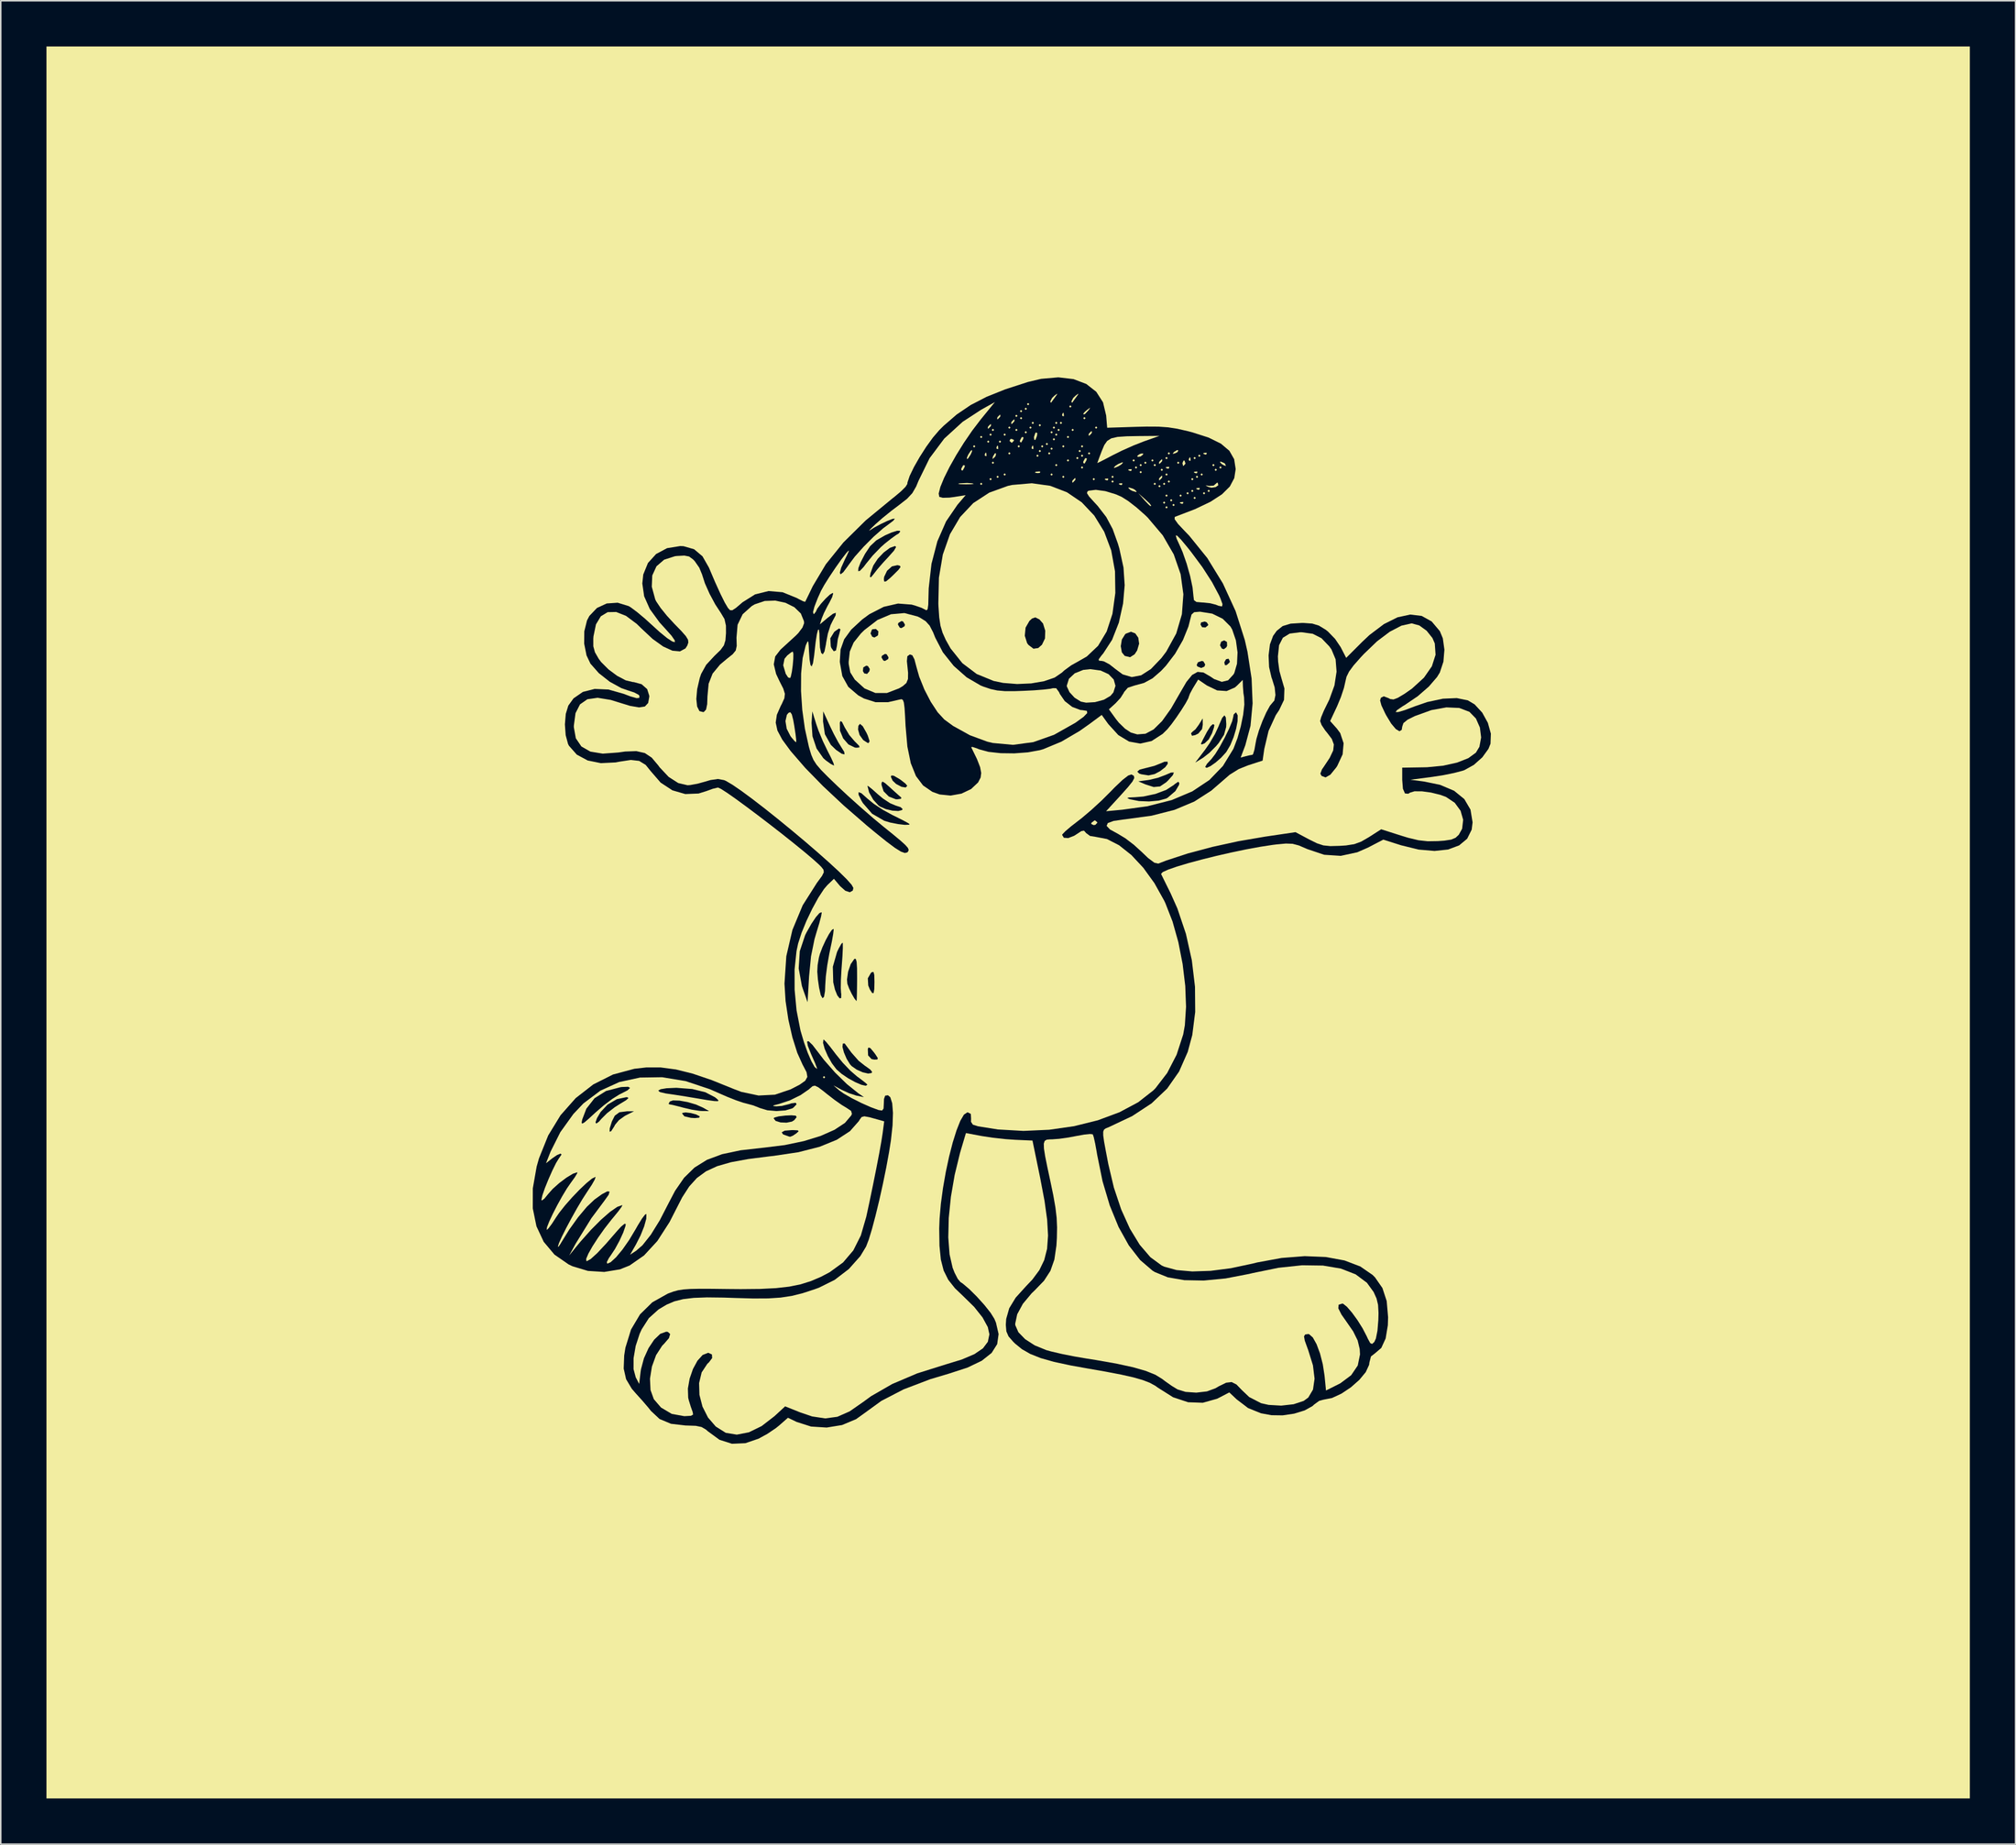
<source format=kicad_pcb>
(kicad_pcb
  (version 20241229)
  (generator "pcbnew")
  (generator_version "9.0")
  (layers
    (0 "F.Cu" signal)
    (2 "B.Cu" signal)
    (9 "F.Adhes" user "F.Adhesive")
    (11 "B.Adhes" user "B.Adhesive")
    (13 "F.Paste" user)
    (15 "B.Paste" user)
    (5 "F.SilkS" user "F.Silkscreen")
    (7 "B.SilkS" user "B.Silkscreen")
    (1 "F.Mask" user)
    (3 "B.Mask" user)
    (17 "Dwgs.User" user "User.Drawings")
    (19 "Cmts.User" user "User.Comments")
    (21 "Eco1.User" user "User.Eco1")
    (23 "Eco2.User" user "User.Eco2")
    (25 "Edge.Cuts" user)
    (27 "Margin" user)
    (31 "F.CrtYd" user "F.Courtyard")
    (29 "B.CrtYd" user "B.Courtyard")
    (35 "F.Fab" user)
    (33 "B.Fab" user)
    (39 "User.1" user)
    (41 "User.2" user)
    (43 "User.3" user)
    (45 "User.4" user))
  (footprint "field"
    (layer "F.Cu")
    (at 63.115 57.419)
    (property "Reference" "field" (at 0 0 0) (layer "F.SilkS") (effects (font (size 1.524 1.524) (thickness 0.3))))
    (attr board_only exclude_from_pos_files exclude_from_bom)
    (fp_poly (pts (xy -12.007 10.237) (xy -12.084 10.314) (xy -12.161 10.237) (xy -12.084 10.16)) (stroke (width 0) (type solid)) (fill yes) (layer "F.SilkS"))
    (fp_poly (pts (xy -2.155 -31.173) (xy -2.232 -31.096) (xy -2.309 -31.173) (xy -2.232 -31.25)) (stroke (width 0) (type solid)) (fill yes) (layer "F.SilkS"))
    (fp_poly (pts (xy -1.693 -31.788) (xy -1.77 -31.712) (xy -1.847 -31.788) (xy -1.77 -31.865)) (stroke (width 0) (type solid)) (fill yes) (layer "F.SilkS"))
    (fp_poly (pts (xy -1.693 -28.71) (xy -1.77 -28.633) (xy -1.847 -28.71) (xy -1.77 -28.787)) (stroke (width 0) (type solid)) (fill yes) (layer "F.SilkS"))
    (fp_poly (pts (xy -1.232 -31.481) (xy -1.308 -31.404) (xy -1.385 -31.481) (xy -1.308 -31.558)) (stroke (width 0) (type solid)) (fill yes) (layer "F.SilkS"))
    (fp_poly (pts (xy -1.078 -31.942) (xy -1.155 -31.865) (xy -1.232 -31.942) (xy -1.155 -32.019)) (stroke (width 0) (type solid)) (fill yes) (layer "F.SilkS"))
    (fp_poly (pts (xy -1.078 -29.018) (xy -1.155 -28.941) (xy -1.232 -29.018) (xy -1.155 -29.095)) (stroke (width 0) (type solid)) (fill yes) (layer "F.SilkS"))
    (fp_poly (pts (xy -0.924 -32.25) (xy -1.001 -32.173) (xy -1.078 -32.25) (xy -1.001 -32.327)) (stroke (width 0) (type solid)) (fill yes) (layer "F.SilkS"))
    (fp_poly (pts (xy -0.924 -30.095) (xy -1.001 -30.018) (xy -1.078 -30.095) (xy -1.001 -30.172)) (stroke (width 0) (type solid)) (fill yes) (layer "F.SilkS"))
    (fp_poly (pts (xy -0.616 -29.172) (xy -0.693 -29.095) (xy -0.77 -29.172) (xy -0.693 -29.248)) (stroke (width 0) (type solid)) (fill yes) (layer "F.SilkS"))
    (fp_poly (pts (xy -0.462 -31.481) (xy -0.539 -31.404) (xy -0.616 -31.481) (xy -0.539 -31.558)) (stroke (width 0) (type solid)) (fill yes) (layer "F.SilkS"))
    (fp_poly (pts (xy -0.154 -31.942) (xy -0.231 -31.865) (xy -0.308 -31.942) (xy -0.231 -32.019)) (stroke (width 0) (type solid)) (fill yes) (layer "F.SilkS"))
    (fp_poly (pts (xy -0.154 -29.325) (xy -0.231 -29.248) (xy -0.308 -29.325) (xy -0.231 -29.402)) (stroke (width 0) (type solid)) (fill yes) (layer "F.SilkS"))
    (fp_poly (pts (xy 0.154 -32.404) (xy 0.077 -32.327) (xy 0 -32.404) (xy 0.077 -32.481)) (stroke (width 0) (type solid)) (fill yes) (layer "F.SilkS"))
    (fp_poly (pts (xy 0.154 -30.711) (xy 0.077 -30.634) (xy 0 -30.711) (xy 0.077 -30.788)) (stroke (width 0) (type solid)) (fill yes) (layer "F.SilkS"))
    (fp_poly (pts (xy 0.616 -33.174) (xy 0.539 -33.097) (xy 0.462 -33.174) (xy 0.539 -33.251)) (stroke (width 0) (type solid)) (fill yes) (layer "F.SilkS"))
    (fp_poly (pts (xy 0.616 -32.25) (xy 0.539 -32.173) (xy 0.462 -32.25) (xy 0.539 -32.327)) (stroke (width 0) (type solid)) (fill yes) (layer "F.SilkS"))
    (fp_poly (pts (xy 0.77 -31.173) (xy 0.693 -31.096) (xy 0.616 -31.173) (xy 0.693 -31.25)) (stroke (width 0) (type solid)) (fill yes) (layer "F.SilkS"))
    (fp_poly (pts (xy 0.924 -33.482) (xy 0.847 -33.405) (xy 0.77 -33.482) (xy 0.847 -33.559)) (stroke (width 0) (type solid)) (fill yes) (layer "F.SilkS"))
    (fp_poly (pts (xy 0.924 -33.02) (xy 0.847 -32.943) (xy 0.77 -33.02) (xy 0.847 -33.097)) (stroke (width 0) (type solid)) (fill yes) (layer "F.SilkS"))
    (fp_poly (pts (xy 1.232 -33.636) (xy 1.155 -33.559) (xy 1.078 -33.636) (xy 1.155 -33.713)) (stroke (width 0) (type solid)) (fill yes) (layer "F.SilkS"))
    (fp_poly (pts (xy 1.232 -32.096) (xy 1.155 -32.019) (xy 1.078 -32.096) (xy 1.155 -32.173)) (stroke (width 0) (type solid)) (fill yes) (layer "F.SilkS"))
    (fp_poly (pts (xy 1.385 -33.944) (xy 1.308 -33.867) (xy 1.232 -33.944) (xy 1.308 -34.021)) (stroke (width 0) (type solid)) (fill yes) (layer "F.SilkS"))
    (fp_poly (pts (xy 1.539 -32.404) (xy 1.462 -32.327) (xy 1.385 -32.404) (xy 1.462 -32.481)) (stroke (width 0) (type solid)) (fill yes) (layer "F.SilkS"))
    (fp_poly (pts (xy 1.693 -32.712) (xy 1.616 -32.635) (xy 1.539 -32.712) (xy 1.616 -32.789)) (stroke (width 0) (type solid)) (fill yes) (layer "F.SilkS"))
    (fp_poly (pts (xy 2.001 -30.557) (xy 1.924 -30.48) (xy 1.847 -30.557) (xy 1.924 -30.634)) (stroke (width 0) (type solid)) (fill yes) (layer "F.SilkS"))
    (fp_poly (pts (xy 2.155 -32.558) (xy 2.078 -32.481) (xy 2.001 -32.558) (xy 2.078 -32.635)) (stroke (width 0) (type solid)) (fill yes) (layer "F.SilkS"))
    (fp_poly (pts (xy 2.155 -30.865) (xy 2.078 -30.788) (xy 2.001 -30.865) (xy 2.078 -30.942)) (stroke (width 0) (type solid)) (fill yes) (layer "F.SilkS"))
    (fp_poly (pts (xy 2.309 -31.173) (xy 2.232 -31.096) (xy 2.155 -31.173) (xy 2.232 -31.25)) (stroke (width 0) (type solid)) (fill yes) (layer "F.SilkS"))
    (fp_poly (pts (xy 2.617 -31.327) (xy 2.54 -31.25) (xy 2.463 -31.327) (xy 2.54 -31.404)) (stroke (width 0) (type solid)) (fill yes) (layer "F.SilkS"))
    (fp_poly (pts (xy 2.771 -30.711) (xy 2.694 -30.634) (xy 2.617 -30.711) (xy 2.694 -30.788)) (stroke (width 0) (type solid)) (fill yes) (layer "F.SilkS"))
    (fp_poly (pts (xy 2.925 -32.096) (xy 2.848 -32.019) (xy 2.771 -32.096) (xy 2.848 -32.173)) (stroke (width 0) (type solid)) (fill yes) (layer "F.SilkS"))
    (fp_poly (pts (xy 2.925 -31.019) (xy 2.848 -30.942) (xy 2.771 -31.019) (xy 2.848 -31.096)) (stroke (width 0) (type solid)) (fill yes) (layer "F.SilkS"))
    (fp_poly (pts (xy 2.925 -29.325) (xy 2.848 -29.248) (xy 2.771 -29.325) (xy 2.848 -29.402)) (stroke (width 0) (type solid)) (fill yes) (layer "F.SilkS"))
    (fp_poly (pts (xy 3.079 -32.404) (xy 3.002 -32.327) (xy 2.925 -32.404) (xy 3.002 -32.481)) (stroke (width 0) (type solid)) (fill yes) (layer "F.SilkS"))
    (fp_poly (pts (xy 3.079 -31.635) (xy 3.002 -31.558) (xy 2.925 -31.635) (xy 3.002 -31.712)) (stroke (width 0) (type solid)) (fill yes) (layer "F.SilkS"))
    (fp_poly (pts (xy 3.233 -32.712) (xy 3.156 -32.635) (xy 3.079 -32.712) (xy 3.156 -32.789)) (stroke (width 0) (type solid)) (fill yes) (layer "F.SilkS"))
    (fp_poly (pts (xy 3.233 -31.942) (xy 3.156 -31.865) (xy 3.079 -31.942) (xy 3.156 -32.019)) (stroke (width 0) (type solid)) (fill yes) (layer "F.SilkS"))
    (fp_poly (pts (xy 3.233 -29.941) (xy 3.156 -29.864) (xy 3.079 -29.941) (xy 3.156 -30.018)) (stroke (width 0) (type solid)) (fill yes) (layer "F.SilkS"))
    (fp_poly (pts (xy 3.387 -32.25) (xy 3.31 -32.173) (xy 3.233 -32.25) (xy 3.31 -32.327)) (stroke (width 0) (type solid)) (fill yes) (layer "F.SilkS"))
    (fp_poly (pts (xy 3.541 -32.712) (xy 3.464 -32.635) (xy 3.387 -32.712) (xy 3.464 -32.789)) (stroke (width 0) (type solid)) (fill yes) (layer "F.SilkS"))
    (fp_poly (pts (xy 3.695 -31.173) (xy 3.618 -31.096) (xy 3.541 -31.173) (xy 3.618 -31.25)) (stroke (width 0) (type solid)) (fill yes) (layer "F.SilkS"))
    (fp_poly (pts (xy 3.695 -29.172) (xy 3.618 -29.095) (xy 3.541 -29.172) (xy 3.618 -29.248)) (stroke (width 0) (type solid)) (fill yes) (layer "F.SilkS"))
    (fp_poly (pts (xy 4.002 -31.788) (xy 3.925 -31.712) (xy 3.848 -31.788) (xy 3.925 -31.865)) (stroke (width 0) (type solid)) (fill yes) (layer "F.SilkS"))
    (fp_poly (pts (xy 4.002 -30.249) (xy 3.925 -30.172) (xy 3.848 -30.249) (xy 3.925 -30.326)) (stroke (width 0) (type solid)) (fill yes) (layer "F.SilkS"))
    (fp_poly (pts (xy 4.156 -33.79) (xy 4.079 -33.713) (xy 4.002 -33.79) (xy 4.079 -33.867)) (stroke (width 0) (type solid)) (fill yes) (layer "F.SilkS"))
    (fp_poly (pts (xy 4.31 -32.25) (xy 4.233 -32.173) (xy 4.156 -32.25) (xy 4.233 -32.327)) (stroke (width 0) (type solid)) (fill yes) (layer "F.SilkS"))
    (fp_poly (pts (xy 4.618 -30.403) (xy 4.541 -30.326) (xy 4.464 -30.403) (xy 4.541 -30.48)) (stroke (width 0) (type solid)) (fill yes) (layer "F.SilkS"))
    (fp_poly (pts (xy 4.772 -30.865) (xy 4.695 -30.788) (xy 4.618 -30.865) (xy 4.695 -30.942)) (stroke (width 0) (type solid)) (fill yes) (layer "F.SilkS"))
    (fp_poly (pts (xy 4.926 -31.173) (xy 4.849 -31.096) (xy 4.772 -31.173) (xy 4.849 -31.25)) (stroke (width 0) (type solid)) (fill yes) (layer "F.SilkS"))
    (fp_poly (pts (xy 4.926 -30.557) (xy 4.849 -30.48) (xy 4.772 -30.557) (xy 4.849 -30.634)) (stroke (width 0) (type solid)) (fill yes) (layer "F.SilkS"))
    (fp_poly (pts (xy 4.926 -29.787) (xy 4.849 -29.71) (xy 4.772 -29.787) (xy 4.849 -29.864)) (stroke (width 0) (type solid)) (fill yes) (layer "F.SilkS"))
    (fp_poly (pts (xy 5.08 -33.02) (xy 5.003 -32.943) (xy 4.926 -33.02) (xy 5.003 -33.097)) (stroke (width 0) (type solid)) (fill yes) (layer "F.SilkS"))
    (fp_poly (pts (xy 5.388 -30.711) (xy 5.311 -30.634) (xy 5.234 -30.711) (xy 5.311 -30.788)) (stroke (width 0) (type solid)) (fill yes) (layer "F.SilkS"))
    (fp_poly (pts (xy 5.696 -29.018) (xy 5.619 -28.941) (xy 5.542 -29.018) (xy 5.619 -29.095)) (stroke (width 0) (type solid)) (fill yes) (layer "F.SilkS"))
    (fp_poly (pts (xy 5.85 -32.404) (xy 5.773 -32.327) (xy 5.696 -32.404) (xy 5.773 -32.481)) (stroke (width 0) (type solid)) (fill yes) (layer "F.SilkS"))
    (fp_poly (pts (xy 6.927 -29.172) (xy 6.85 -29.095) (xy 6.773 -29.172) (xy 6.85 -29.248)) (stroke (width 0) (type solid)) (fill yes) (layer "F.SilkS"))
    (fp_poly (pts (xy 6.927 -28.864) (xy 6.85 -28.787) (xy 6.773 -28.864) (xy 6.85 -28.941)) (stroke (width 0) (type solid)) (fill yes) (layer "F.SilkS"))
    (fp_poly (pts (xy 8.313 -30.249) (xy 8.236 -30.172) (xy 8.159 -30.249) (xy 8.236 -30.326)) (stroke (width 0) (type solid)) (fill yes) (layer "F.SilkS"))
    (fp_poly (pts (xy 8.467 -29.787) (xy 8.39 -29.71) (xy 8.313 -29.787) (xy 8.39 -29.864)) (stroke (width 0) (type solid)) (fill yes) (layer "F.SilkS"))
    (fp_poly (pts (xy 8.775 -29.941) (xy 8.698 -29.864) (xy 8.621 -29.941) (xy 8.698 -30.018)) (stroke (width 0) (type solid)) (fill yes) (layer "F.SilkS"))
    (fp_poly (pts (xy 8.775 -29.479) (xy 8.698 -29.402) (xy 8.621 -29.479) (xy 8.698 -29.556)) (stroke (width 0) (type solid)) (fill yes) (layer "F.SilkS"))
    (fp_poly (pts (xy 9.082 -30.095) (xy 9.005 -30.018) (xy 8.928 -30.095) (xy 9.005 -30.172)) (stroke (width 0) (type solid)) (fill yes) (layer "F.SilkS"))
    (fp_poly (pts (xy 9.544 -30.249) (xy 9.467 -30.172) (xy 9.39 -30.249) (xy 9.467 -30.326)) (stroke (width 0) (type solid)) (fill yes) (layer "F.SilkS"))
    (fp_poly (pts (xy 9.698 -29.941) (xy 9.621 -29.864) (xy 9.544 -29.941) (xy 9.621 -30.018)) (stroke (width 0) (type solid)) (fill yes) (layer "F.SilkS"))
    (fp_poly (pts (xy 9.698 -28.71) (xy 9.621 -28.633) (xy 9.544 -28.71) (xy 9.621 -28.787)) (stroke (width 0) (type solid)) (fill yes) (layer "F.SilkS"))
    (fp_poly (pts (xy 10.006 -28.556) (xy 9.929 -28.479) (xy 9.852 -28.556) (xy 9.929 -28.633)) (stroke (width 0) (type solid)) (fill yes) (layer "F.SilkS"))
    (fp_poly (pts (xy 10.16 -29.633) (xy 10.083 -29.556) (xy 10.006 -29.633) (xy 10.083 -29.71)) (stroke (width 0) (type solid)) (fill yes) (layer "F.SilkS"))
    (fp_poly (pts (xy 10.314 -28.71) (xy 10.237 -28.633) (xy 10.16 -28.71) (xy 10.237 -28.787)) (stroke (width 0) (type solid)) (fill yes) (layer "F.SilkS"))
    (fp_poly (pts (xy 10.314 -27.478) (xy 10.237 -27.401) (xy 10.16 -27.478) (xy 10.237 -27.555)) (stroke (width 0) (type solid)) (fill yes) (layer "F.SilkS"))
    (fp_poly (pts (xy 10.468 -30.403) (xy 10.391 -30.326) (xy 10.314 -30.403) (xy 10.391 -30.48)) (stroke (width 0) (type solid)) (fill yes) (layer "F.SilkS"))
    (fp_poly (pts (xy 10.468 -29.325) (xy 10.391 -29.248) (xy 10.314 -29.325) (xy 10.391 -29.402)) (stroke (width 0) (type solid)) (fill yes) (layer "F.SilkS"))
    (fp_poly (pts (xy 10.468 -27.94) (xy 10.391 -27.863) (xy 10.314 -27.94) (xy 10.391 -28.017)) (stroke (width 0) (type solid)) (fill yes) (layer "F.SilkS"))
    (fp_poly (pts (xy 10.468 -27.17) (xy 10.391 -27.093) (xy 10.314 -27.17) (xy 10.391 -27.247)) (stroke (width 0) (type solid)) (fill yes) (layer "F.SilkS"))
    (fp_poly (pts (xy 10.622 -30.711) (xy 10.545 -30.634) (xy 10.468 -30.711) (xy 10.545 -30.788)) (stroke (width 0) (type solid)) (fill yes) (layer "F.SilkS"))
    (fp_poly (pts (xy 10.622 -28.864) (xy 10.545 -28.787) (xy 10.468 -28.864) (xy 10.545 -28.941)) (stroke (width 0) (type solid)) (fill yes) (layer "F.SilkS"))
    (fp_poly (pts (xy 10.776 -27.632) (xy 10.699 -27.555) (xy 10.622 -27.632) (xy 10.699 -27.709)) (stroke (width 0) (type solid)) (fill yes) (layer "F.SilkS"))
    (fp_poly (pts (xy 10.93 -27.324) (xy 10.853 -27.247) (xy 10.776 -27.324) (xy 10.853 -27.401)) (stroke (width 0) (type solid)) (fill yes) (layer "F.SilkS"))
    (fp_poly (pts (xy 11.238 -30.095) (xy 11.161 -30.018) (xy 11.084 -30.095) (xy 11.161 -30.172)) (stroke (width 0) (type solid)) (fill yes) (layer "F.SilkS"))
    (fp_poly (pts (xy 11.392 -27.94) (xy 11.315 -27.863) (xy 11.238 -27.94) (xy 11.315 -28.017)) (stroke (width 0) (type solid)) (fill yes) (layer "F.SilkS"))
    (fp_poly (pts (xy 11.853 -28.094) (xy 11.776 -28.017) (xy 11.699 -28.094) (xy 11.776 -28.171)) (stroke (width 0) (type solid)) (fill yes) (layer "F.SilkS"))
    (fp_poly (pts (xy 12.161 -29.018) (xy 12.084 -28.941) (xy 12.007 -29.018) (xy 12.084 -29.095)) (stroke (width 0) (type solid)) (fill yes) (layer "F.SilkS"))
    (fp_poly (pts (xy 12.161 -28.248) (xy 12.084 -28.171) (xy 12.007 -28.248) (xy 12.084 -28.325)) (stroke (width 0) (type solid)) (fill yes) (layer "F.SilkS"))
    (fp_poly (pts (xy 12.315 -30.403) (xy 12.238 -30.326) (xy 12.161 -30.403) (xy 12.238 -30.48)) (stroke (width 0) (type solid)) (fill yes) (layer "F.SilkS"))
    (fp_poly (pts (xy 12.315 -27.786) (xy 12.238 -27.709) (xy 12.161 -27.786) (xy 12.238 -27.863)) (stroke (width 0) (type solid)) (fill yes) (layer "F.SilkS"))
    (fp_poly (pts (xy 12.469 -29.172) (xy 12.392 -29.095) (xy 12.315 -29.172) (xy 12.392 -29.248)) (stroke (width 0) (type solid)) (fill yes) (layer "F.SilkS"))
    (fp_poly (pts (xy 12.623 -30.557) (xy 12.546 -30.48) (xy 12.469 -30.557) (xy 12.546 -30.634)) (stroke (width 0) (type solid)) (fill yes) (layer "F.SilkS"))
    (fp_poly (pts (xy 12.777 -29.325) (xy 12.7 -29.248) (xy 12.623 -29.325) (xy 12.7 -29.402)) (stroke (width 0) (type solid)) (fill yes) (layer "F.SilkS"))
    (fp_poly (pts (xy 12.931 -28.094) (xy 12.854 -28.017) (xy 12.777 -28.094) (xy 12.854 -28.171)) (stroke (width 0) (type solid)) (fill yes) (layer "F.SilkS"))
    (fp_poly (pts (xy 13.239 -28.248) (xy 13.162 -28.171) (xy 13.085 -28.248) (xy 13.162 -28.325)) (stroke (width 0) (type solid)) (fill yes) (layer "F.SilkS"))
    (fp_poly (pts (xy 13.547 -29.941) (xy 13.47 -29.864) (xy 13.393 -29.941) (xy 13.47 -30.018)) (stroke (width 0) (type solid)) (fill yes) (layer "F.SilkS"))
    (fp_poly (pts (xy 13.701 -29.633) (xy 13.624 -29.556) (xy 13.547 -29.633) (xy 13.624 -29.71)) (stroke (width 0) (type solid)) (fill yes) (layer "F.SilkS"))
    (fp_poly (pts (xy 14.008 -29.787) (xy 13.932 -29.71) (xy 13.855 -29.787) (xy 13.932 -29.864)) (stroke (width 0) (type solid)) (fill yes) (layer "F.SilkS"))
    (fp_poly (pts (xy -1.437 -30.737) (xy -1.418 -30.554) (xy -1.437 -30.531) (xy -1.528 -30.552) (xy -1.539 -30.634) (xy -1.483 -30.761)) (stroke (width 0) (type solid)) (fill yes) (layer "F.SilkS"))
    (fp_poly (pts (xy -0.667 -31.198) (xy -0.649 -31.016) (xy -0.667 -30.993) (xy -0.759 -31.014) (xy -0.77 -31.096) (xy -0.713 -31.222)) (stroke (width 0) (type solid)) (fill yes) (layer "F.SilkS"))
    (fp_poly (pts (xy 1.642 -31.198) (xy 1.66 -31.016) (xy 1.642 -30.993) (xy 1.551 -31.014) (xy 1.539 -31.096) (xy 1.596 -31.222)) (stroke (width 0) (type solid)) (fill yes) (layer "F.SilkS"))
    (fp_poly (pts (xy 2.113 -29.495) (xy 2.068 -29.425) (xy 1.911 -29.415) (xy 1.747 -29.452) (xy 1.818 -29.508) (xy 2.059 -29.526)) (stroke (width 0) (type solid)) (fill yes) (layer "F.SilkS"))
    (fp_poly (pts (xy 3.643 -33.354) (xy 3.662 -33.171) (xy 3.643 -33.148) (xy 3.552 -33.169) (xy 3.541 -33.251) (xy 3.597 -33.378)) (stroke (width 0) (type solid)) (fill yes) (layer "F.SilkS"))
    (fp_poly (pts (xy 6.568 -29.043) (xy 6.547 -28.952) (xy 6.465 -28.941) (xy 6.339 -28.997) (xy 6.363 -29.043) (xy 6.546 -29.062)) (stroke (width 0) (type solid)) (fill yes) (layer "F.SilkS"))
    (fp_poly (pts (xy 7.492 -28.735) (xy 7.471 -28.644) (xy 7.389 -28.633) (xy 7.262 -28.689) (xy 7.286 -28.735) (xy 7.469 -28.754)) (stroke (width 0) (type solid)) (fill yes) (layer "F.SilkS"))
    (fp_poly (pts (xy 8.107 -29.659) (xy 8.086 -29.567) (xy 8.005 -29.556) (xy 7.878 -29.613) (xy 7.902 -29.659) (xy 8.085 -29.677)) (stroke (width 0) (type solid)) (fill yes) (layer "F.SilkS"))
    (fp_poly (pts (xy 10.571 -29.813) (xy 10.549 -29.721) (xy 10.468 -29.71) (xy 10.341 -29.767) (xy 10.365 -29.813) (xy 10.548 -29.831)) (stroke (width 0) (type solid)) (fill yes) (layer "F.SilkS"))
    (fp_poly (pts (xy 11.494 -27.504) (xy 11.473 -27.412) (xy 11.392 -27.401) (xy 11.265 -27.458) (xy 11.289 -27.504) (xy 11.472 -27.522)) (stroke (width 0) (type solid)) (fill yes) (layer "F.SilkS"))
    (fp_poly (pts (xy 11.956 -30.429) (xy 11.974 -30.246) (xy 11.956 -30.223) (xy 11.864 -30.245) (xy 11.853 -30.326) (xy 11.91 -30.453)) (stroke (width 0) (type solid)) (fill yes) (layer "F.SilkS"))
    (fp_poly (pts (xy 12.418 -29.505) (xy 12.397 -29.414) (xy 12.315 -29.402) (xy 12.188 -29.459) (xy 12.213 -29.505) (xy 12.395 -29.523)) (stroke (width 0) (type solid)) (fill yes) (layer "F.SilkS"))
    (fp_poly (pts (xy 12.572 -28.427) (xy 12.551 -28.336) (xy 12.469 -28.325) (xy 12.342 -28.381) (xy 12.366 -28.427) (xy 12.549 -28.446)) (stroke (width 0) (type solid)) (fill yes) (layer "F.SilkS"))
    (fp_poly (pts (xy 13.034 -30.737) (xy 13.012 -30.645) (xy 12.931 -30.634) (xy 12.804 -30.69) (xy 12.828 -30.737) (xy 13.011 -30.755)) (stroke (width 0) (type solid)) (fill yes) (layer "F.SilkS"))
    (fp_poly (pts (xy -2.839 -29.915) (xy -2.866 -29.795) (xy -2.99 -29.579) (xy -3.071 -29.615) (xy -3.079 -29.701) (xy -2.967 -29.91) (xy -2.927 -29.94)) (stroke (width 0) (type solid)) (fill yes) (layer "F.SilkS"))
    (fp_poly (pts (xy -0.817 -30.552) (xy -0.905 -30.439) (xy -1.034 -30.342) (xy -1.002 -30.496) (xy -0.991 -30.525) (xy -0.869 -30.714) (xy -0.799 -30.715)) (stroke (width 0) (type solid)) (fill yes) (layer "F.SilkS"))
    (fp_poly (pts (xy 1.009 -31.763) (xy 0.982 -31.643) (xy 0.858 -31.426) (xy 0.778 -31.462) (xy 0.77 -31.548) (xy 0.881 -31.757) (xy 0.922 -31.787)) (stroke (width 0) (type solid)) (fill yes) (layer "F.SilkS"))
    (fp_poly (pts (xy 1.912 -32.038) (xy 1.892 -31.866) (xy 1.79 -31.599) (xy 1.713 -31.602) (xy 1.693 -31.779) (xy 1.778 -32.035) (xy 1.833 -32.087)) (stroke (width 0) (type solid)) (fill yes) (layer "F.SilkS"))
    (fp_poly (pts (xy 5.166 -30.377) (xy 5.139 -30.257) (xy 5.015 -30.04) (xy 4.934 -30.077) (xy 4.926 -30.163) (xy 5.038 -30.372) (xy 5.078 -30.402)) (stroke (width 0) (type solid)) (fill yes) (layer "F.SilkS"))
    (fp_poly (pts (xy 8.85 -30.632) (xy 8.686 -30.505) (xy 8.509 -30.483) (xy 8.467 -30.54) (xy 8.587 -30.639) (xy 8.706 -30.693) (xy 8.864 -30.703)) (stroke (width 0) (type solid)) (fill yes) (layer "F.SilkS"))
    (fp_poly (pts (xy 11.165 -30.912) (xy 11.118 -30.798) (xy 10.975 -30.721) (xy 10.795 -30.674) (xy 10.869 -30.787) (xy 10.889 -30.807) (xy 11.09 -30.929)) (stroke (width 0) (type solid)) (fill yes) (layer "F.SilkS"))
    (fp_poly (pts (xy 11.574 -30.232) (xy 11.636 -30.053) (xy 11.616 -30.008) (xy 11.489 -29.873) (xy 11.444 -30.031) (xy 11.443 -30.088) (xy 11.511 -30.243)) (stroke (width 0) (type solid)) (fill yes) (layer "F.SilkS"))
    (fp_poly (pts (xy 14.206 -30.06) (xy 14.239 -30.018) (xy 14.294 -29.88) (xy 14.148 -29.932) (xy 14.008 -30.018) (xy 13.89 -30.142) (xy 13.961 -30.17)) (stroke (width 0) (type solid)) (fill yes) (layer "F.SilkS"))
    (fp_poly (pts (xy -2.376 -30.829) (xy -2.463 -30.634) (xy -2.622 -30.392) (xy -2.705 -30.326) (xy -2.704 -30.439) (xy -2.617 -30.634) (xy -2.458 -30.876) (xy -2.375 -30.942)) (stroke (width 0) (type solid)) (fill yes) (layer "F.SilkS"))
    (fp_poly (pts (xy -2.348 -28.743) (xy -2.252 -28.709) (xy -2.427 -28.686) (xy -2.771 -28.679) (xy -3.151 -28.688) (xy -3.293 -28.713) (xy -3.194 -28.743) (xy -2.697 -28.769)) (stroke (width 0) (type solid)) (fill yes) (layer "F.SilkS"))
    (fp_poly (pts (xy -1.126 -32.536) (xy -1.155 -32.481) (xy -1.3 -32.334) (xy -1.327 -32.327) (xy -1.337 -32.427) (xy -1.308 -32.481) (xy -1.163 -32.628) (xy -1.136 -32.635)) (stroke (width 0) (type solid)) (fill yes) (layer "F.SilkS"))
    (fp_poly (pts (xy -0.51 -33.151) (xy -0.539 -33.097) (xy -0.684 -32.95) (xy -0.711 -32.943) (xy -0.721 -33.042) (xy -0.693 -33.097) (xy -0.548 -33.244) (xy -0.521 -33.251)) (stroke (width 0) (type solid)) (fill yes) (layer "F.SilkS"))
    (fp_poly (pts (xy 0.381 -31.592) (xy 0.369 -31.532) (xy 0.243 -31.406) (xy 0.231 -31.404) (xy 0.108 -31.509) (xy 0.093 -31.532) (xy 0.139 -31.645) (xy 0.231 -31.66)) (stroke (width 0) (type solid)) (fill yes) (layer "F.SilkS"))
    (fp_poly (pts (xy 0.414 -32.844) (xy 0.385 -32.789) (xy 0.24 -32.642) (xy 0.213 -32.635) (xy 0.202 -32.735) (xy 0.231 -32.789) (xy 0.376 -32.936) (xy 0.403 -32.943)) (stroke (width 0) (type solid)) (fill yes) (layer "F.SilkS"))
    (fp_poly (pts (xy 4.416 -28.995) (xy 4.387 -28.941) (xy 4.242 -28.794) (xy 4.215 -28.787) (xy 4.205 -28.886) (xy 4.233 -28.941) (xy 4.378 -29.088) (xy 4.405 -29.095)) (stroke (width 0) (type solid)) (fill yes) (layer "F.SilkS"))
    (fp_poly (pts (xy 5.34 -33.632) (xy 5.254 -33.52) (xy 5.029 -33.281) (xy 4.929 -33.282) (xy 4.926 -33.309) (xy 5.031 -33.438) (xy 5.195 -33.578) (xy 5.378 -33.712)) (stroke (width 0) (type solid)) (fill yes) (layer "F.SilkS"))
    (fp_poly (pts (xy 5.494 -32.074) (xy 5.465 -32.019) (xy 5.32 -31.872) (xy 5.293 -31.865) (xy 5.282 -31.965) (xy 5.311 -32.019) (xy 5.456 -32.166) (xy 5.483 -32.173)) (stroke (width 0) (type solid)) (fill yes) (layer "F.SilkS"))
    (fp_poly (pts (xy 5.846 -6.502) (xy 5.85 -6.465) (xy 5.724 -6.33) (xy 5.61 -6.312) (xy 5.45 -6.386) (xy 5.465 -6.465) (xy 5.662 -6.614) (xy 5.705 -6.619)) (stroke (width 0) (type solid)) (fill yes) (layer "F.SilkS"))
    (fp_poly (pts (xy 7.543 -30.106) (xy 7.425 -29.982) (xy 7.235 -29.864) (xy 6.997 -29.765) (xy 6.927 -29.776) (xy 7.045 -29.9) (xy 7.235 -30.018) (xy 7.473 -30.117)) (stroke (width 0) (type solid)) (fill yes) (layer "F.SilkS"))
    (fp_poly (pts (xy 8.181 -28.397) (xy 8.313 -28.325) (xy 8.436 -28.203) (xy 8.39 -28.176) (xy 8.137 -28.252) (xy 8.005 -28.325) (xy 7.882 -28.447) (xy 7.928 -28.474)) (stroke (width 0) (type solid)) (fill yes) (layer "F.SilkS"))
    (fp_poly (pts (xy 8.967 -27.721) (xy 9.289 -27.42) (xy 9.389 -27.274) (xy 9.34 -27.247) (xy 9.216 -27.351) (xy 8.975 -27.605) (xy 8.917 -27.671) (xy 8.544 -28.094)) (stroke (width 0) (type solid)) (fill yes) (layer "F.SilkS"))
    (fp_poly (pts (xy 10.112 -30.227) (xy 10.083 -30.172) (xy 9.938 -30.025) (xy 9.911 -30.018) (xy 9.9 -30.118) (xy 9.929 -30.172) (xy 10.074 -30.319) (xy 10.101 -30.326)) (stroke (width 0) (type solid)) (fill yes) (layer "F.SilkS"))
    (fp_poly (pts (xy 10.112 -29.149) (xy 10.083 -29.095) (xy 9.938 -28.948) (xy 9.911 -28.941) (xy 9.9 -29.04) (xy 9.929 -29.095) (xy 10.074 -29.242) (xy 10.101 -29.248)) (stroke (width 0) (type solid)) (fill yes) (layer "F.SilkS"))
    (fp_poly (pts (xy 3.195 -34.561) (xy 3.084 -34.405) (xy 2.895 -34.146) (xy 2.814 -34.033) (xy 2.773 -34.084) (xy 2.771 -34.13) (xy 2.88 -34.345) (xy 3.04 -34.502) (xy 3.22 -34.633)) (stroke (width 0) (type solid)) (fill yes) (layer "F.SilkS"))
    (fp_poly (pts (xy 4.581 -34.561) (xy 4.469 -34.405) (xy 4.28 -34.146) (xy 4.2 -34.033) (xy 4.158 -34.084) (xy 4.156 -34.13) (xy 4.265 -34.345) (xy 4.426 -34.502) (xy 4.606 -34.633)) (stroke (width 0) (type solid)) (fill yes) (layer "F.SilkS"))
    (fp_poly (pts (xy 13.76 -28.77) (xy 13.79 -28.618) (xy 13.618 -28.498) (xy 13.348 -28.458) (xy 13.162 -28.501) (xy 12.957 -28.6) (xy 13.04 -28.603) (xy 13.193 -28.575) (xy 13.484 -28.593) (xy 13.595 -28.688) (xy 13.716 -28.792)) (stroke (width 0) (type solid)) (fill yes) (layer "F.SilkS"))
    (fp_poly (pts (xy -14.097 -17.569) (xy -14.101 -17.234) (xy -14.138 -16.802) (xy -14.195 -16.377) (xy -14.264 -16.062) (xy -14.308 -15.967) (xy -14.439 -16) (xy -14.598 -16.244) (xy -14.764 -16.802) (xy -14.678 -17.229) (xy -14.497 -17.448) (xy -14.252 -17.643) (xy -14.134 -17.703)) (stroke (width 0) (type solid)) (fill yes) (layer "F.SilkS"))
    (fp_poly (pts (xy -14.199 -13.579) (xy -14.105 -13.207) (xy -14.037 -12.823) (xy -13.957 -12.299) (xy -13.911 -11.914) (xy -13.909 -11.747) (xy -13.91 -11.747) (xy -14.019 -11.828) (xy -14.233 -12.082) (xy -14.289 -12.157) (xy -14.535 -12.64) (xy -14.616 -13.139) (xy -14.524 -13.548) (xy -14.416 -13.682) (xy -14.296 -13.722)) (stroke (width 0) (type solid)) (fill yes) (layer "F.SilkS"))
    (fp_poly (pts (xy 6.067 -16.458) (xy 6.591 -16.217) (xy 6.927 -15.868) (xy 7.043 -15.455) (xy 6.906 -15.022) (xy 6.713 -14.794) (xy 6.281 -14.541) (xy 5.699 -14.383) (xy 5.116 -14.348) (xy 4.772 -14.417) (xy 4.362 -14.673) (xy 4.025 -15.038) (xy 3.854 -15.405) (xy 3.848 -15.471) (xy 3.99 -15.918) (xy 4.371 -16.276) (xy 4.926 -16.498) (xy 5.389 -16.548)) (stroke (width 0) (type solid)) (fill yes) (layer "F.SilkS"))
    (fp_poly (pts (xy 8.915 -31.501) (xy 8.226 -31.23) (xy 7.455 -30.886) (xy 6.875 -30.598) (xy 6.387 -30.341) (xy 6.025 -30.156) (xy 5.855 -30.075) (xy 5.85 -30.074) (xy 5.9 -30.217) (xy 6.027 -30.56) (xy 6.142 -30.863) (xy 6.309 -31.257) (xy 6.498 -31.527) (xy 6.766 -31.697) (xy 7.173 -31.791) (xy 7.776 -31.833) (xy 8.544 -31.847) (xy 9.929 -31.859)) (stroke (width 0) (type solid)) (fill yes) (layer "F.SilkS"))
    (fp_poly (pts (xy 11.094 -25.306) (xy 11.349 -25.044) (xy 11.772 -24.536) (xy 11.992 -24.261) (xy 12.745 -23.246) (xy 13.381 -22.258) (xy 13.85 -21.377) (xy 13.93 -21.194) (xy 14.068 -20.812) (xy 14.034 -20.664) (xy 13.8 -20.71) (xy 13.624 -20.782) (xy 13.262 -20.874) (xy 12.79 -20.923) (xy 12.738 -20.925) (xy 12.358 -20.957) (xy 12.195 -21.075) (xy 12.161 -21.329) (xy 12.102 -21.91) (xy 11.943 -22.663) (xy 11.714 -23.475) (xy 11.446 -24.24) (xy 11.261 -24.664) (xy 11.057 -25.112) (xy 10.999 -25.328)) (stroke (width 0) (type solid)) (fill yes) (layer "F.SilkS"))
    (fp_poly (pts (xy 2.758 -28.582) (xy 3.857 -28.158) (xy 4.828 -27.499) (xy 5.651 -26.628) (xy 6.303 -25.567) (xy 6.764 -24.338) (xy 7.013 -22.964) (xy 7.033 -21.547) (xy 6.844 -20.179) (xy 6.464 -19.018) (xy 5.901 -18.081) (xy 5.163 -17.381) (xy 4.657 -17.09) (xy 4.141 -16.801) (xy 3.679 -16.464) (xy 3.53 -16.323) (xy 3.053 -15.997) (xy 2.354 -15.757) (xy 1.507 -15.612) (xy 0.587 -15.572) (xy -0.33 -15.645) (xy -0.953 -15.774) (xy -2.065 -16.23) (xy -3.006 -16.941) (xy -3.779 -17.908) (xy -4.096 -18.472) (xy -4.217 -18.742) (xy 1.091 -18.742) (xy 1.244 -18.256) (xy 1.332 -18.138) (xy 1.662 -17.889) (xy 1.974 -17.935) (xy 2.218 -18.15) (xy 2.416 -18.562) (xy 2.435 -19.069) (xy 2.289 -19.542) (xy 2.051 -19.813) (xy 1.784 -19.946) (xy 1.57 -19.874) (xy 1.397 -19.716) (xy 1.143 -19.274) (xy 1.091 -18.742) (xy -4.217 -18.742) (xy -4.305 -18.939) (xy -4.441 -19.396) (xy -4.524 -19.941) (xy -4.574 -20.674) (xy -4.582 -20.858) (xy -4.544 -22.551) (xy -4.288 -24.071) (xy -3.82 -25.403) (xy -3.152 -26.533) (xy -2.29 -27.448) (xy -1.243 -28.133) (xy -0.021 -28.576) (xy 0.262 -28.638) (xy 1.553 -28.749)) (stroke (width 0) (type solid)) (fill yes) (layer "F.SilkS"))
    (fp_poly (pts (xy 6.375 -28.233) (xy 7.058 -28.027) (xy 7.447 -27.856) (xy 7.878 -27.584) (xy 8.422 -27.162) (xy 8.982 -26.667) (xy 9.162 -26.493) (xy 10.148 -25.327) (xy 10.868 -24.08) (xy 11.319 -22.781) (xy 11.499 -21.463) (xy 11.403 -20.156) (xy 11.031 -18.891) (xy 10.377 -17.7) (xy 10.055 -17.273) (xy 9.37 -16.559) (xy 8.727 -16.145) (xy 8.112 -16.029) (xy 7.514 -16.206) (xy 7.045 -16.553) (xy 6.649 -16.864) (xy 6.287 -17.057) (xy 6.146 -17.087) (xy 5.958 -17.104) (xy 5.942 -17.196) (xy 6.112 -17.428) (xy 6.245 -17.588) (xy 6.55 -18.057) (xy 7.39 -18.057) (xy 7.461 -17.653) (xy 7.649 -17.419) (xy 8.004 -17.332) (xy 8.302 -17.526) (xy 8.465 -17.776) (xy 8.595 -18.219) (xy 8.539 -18.613) (xy 8.343 -18.895) (xy 8.055 -19.004) (xy 7.722 -18.877) (xy 7.675 -18.837) (xy 7.462 -18.494) (xy 7.39 -18.057) (xy 6.55 -18.057) (xy 6.821 -18.474) (xy 7.262 -19.595) (xy 7.542 -20.855) (xy 7.647 -22.059) (xy 7.569 -23.219) (xy 7.299 -24.457) (xy 7.205 -24.779) (xy 6.856 -25.75) (xy 6.436 -26.536) (xy 5.876 -27.261) (xy 5.645 -27.511) (xy 5.309 -27.882) (xy 5.172 -28.099) (xy 5.208 -28.218) (xy 5.292 -28.262) (xy 5.753 -28.318)) (stroke (width 0) (type solid)) (fill yes) (layer "F.SilkS"))
    (fp_poly (pts (xy 12.602 -20.317) (xy 13.393 -20.191) (xy 14.082 -19.854) (xy 14.588 -19.348) (xy 14.704 -19.146) (xy 14.947 -18.434) (xy 15.053 -17.651) (xy 15.019 -16.905) (xy 14.844 -16.3) (xy 14.789 -16.202) (xy 14.435 -15.816) (xy 14.021 -15.715) (xy 13.52 -15.898) (xy 13.26 -16.071) (xy 12.815 -16.329) (xy 12.432 -16.368) (xy 12.074 -16.169) (xy 11.701 -15.712) (xy 11.319 -15.057) (xy 10.684 -13.955) (xy 10.1 -13.14) (xy 9.549 -12.596) (xy 9.013 -12.309) (xy 8.475 -12.266) (xy 8.052 -12.388) (xy 7.67 -12.641) (xy 7.26 -13.04) (xy 7.087 -13.256) (xy 6.612 -13.911) (xy 7.059 -14.319) (xy 7.379 -14.667) (xy 7.589 -14.998) (xy 7.607 -15.044) (xy 7.852 -15.327) (xy 8.274 -15.468) (xy 8.92 -15.645) (xy 9.474 -15.945) (xy 10.029 -16.426) (xy 10.349 -16.766) (xy 10.391 -16.82) (xy 12.371 -16.82) (xy 12.422 -16.724) (xy 12.667 -16.624) (xy 12.881 -16.716) (xy 12.931 -16.856) (xy 12.847 -17.001) (xy 14.186 -17.001) (xy 14.224 -16.812) (xy 14.34 -16.813) (xy 14.529 -16.983) (xy 14.547 -17.062) (xy 14.465 -17.235) (xy 14.301 -17.202) (xy 14.186 -17.001) (xy 12.847 -17.001) (xy 12.812 -17.061) (xy 12.709 -17.087) (xy 12.457 -17.002) (xy 12.371 -16.82) (xy 10.391 -16.82) (xy 10.958 -17.562) (xy 11.274 -18.114) (xy 13.903 -18.114) (xy 14.021 -17.902) (xy 14.155 -17.857) (xy 14.316 -17.979) (xy 14.37 -18.083) (xy 14.358 -18.335) (xy 14.175 -18.439) (xy 13.978 -18.35) (xy 13.903 -18.114) (xy 11.274 -18.114) (xy 11.472 -18.46) (xy 11.832 -19.348) (xy 11.864 -19.473) (xy 12.623 -19.473) (xy 12.73 -19.3) (xy 12.946 -19.283) (xy 13.117 -19.423) (xy 13.131 -19.471) (xy 13.032 -19.623) (xy 12.892 -19.675) (xy 12.663 -19.615) (xy 12.623 -19.473) (xy 11.864 -19.473) (xy 11.937 -19.764) (xy 12.034 -20.132) (xy 12.207 -20.286) (xy 12.565 -20.317)) (stroke (width 0) (type solid)) (fill yes) (layer "F.SilkS"))
    (fp_poly (pts (xy -5.951 -20.006) (xy -5.775 -19.921) (xy -5.413 -19.693) (xy -5.153 -19.405) (xy -4.926 -18.965) (xy -4.786 -18.616) (xy -4.285 -17.654) (xy -3.572 -16.76) (xy -2.721 -16.009) (xy -1.805 -15.475) (xy -1.616 -15.399) (xy -1.15 -15.243) (xy -0.716 -15.149) (xy -0.223 -15.106) (xy 0.422 -15.105) (xy 1.001 -15.124) (xy 1.713 -15.16) (xy 2.326 -15.208) (xy 2.766 -15.26) (xy 2.941 -15.3) (xy 3.153 -15.296) (xy 3.339 -15.04) (xy 3.391 -14.922) (xy 3.714 -14.451) (xy 4.201 -14.071) (xy 4.732 -13.869) (xy 4.888 -13.855) (xy 5.167 -13.81) (xy 5.189 -13.667) (xy 4.947 -13.416) (xy 4.433 -13.045) (xy 4.399 -13.022) (xy 3.009 -12.239) (xy 1.651 -11.759) (xy 0.316 -11.581) (xy -1.004 -11.702) (xy -1.369 -11.789) (xy -2.512 -12.211) (xy -3.62 -12.825) (xy -4.194 -13.247) (xy -4.63 -13.722) (xy -5.081 -14.408) (xy -5.499 -15.214) (xy -5.836 -16.05) (xy -6.013 -16.67) (xy -6.152 -17.195) (xy -6.291 -17.46) (xy -6.453 -17.515) (xy -6.617 -17.393) (xy -6.646 -17.073) (xy -6.632 -16.931) (xy -6.568 -16.305) (xy -6.575 -15.902) (xy -6.68 -15.641) (xy -6.908 -15.439) (xy -7.158 -15.289) (xy -7.951 -14.984) (xy -8.712 -14.983) (xy -9.428 -15.284) (xy -10.065 -15.862) (xy -10.361 -16.336) (xy -10.377 -16.422) (xy -9.534 -16.422) (xy -9.446 -16.27) (xy -9.257 -16.235) (xy -9.108 -16.411) (xy -9.082 -16.558) (xy -9.206 -16.754) (xy -9.313 -16.779) (xy -9.507 -16.665) (xy -9.534 -16.422) (xy -10.377 -16.422) (xy -10.465 -16.889) (xy -10.468 -17.03) (xy -10.436 -17.318) (xy -8.313 -17.318) (xy -8.19 -17.114) (xy -8.082 -17.087) (xy -7.878 -17.21) (xy -7.851 -17.318) (xy -7.974 -17.522) (xy -8.082 -17.549) (xy -8.286 -17.426) (xy -8.313 -17.318) (xy -10.436 -17.318) (xy -10.393 -17.706) (xy -10.141 -18.296) (xy -9.665 -18.889) (xy -9.664 -18.89) (xy -9.032 -18.89) (xy -8.92 -18.675) (xy -8.775 -18.627) (xy -8.577 -18.739) (xy -8.535 -18.794) (xy -8.517 -19.029) (xy -8.68 -19.186) (xy -8.904 -19.167) (xy -8.946 -19.133) (xy -9.032 -18.89) (xy -9.664 -18.89) (xy -9.441 -19.11) (xy -8.969 -19.473) (xy -7.235 -19.473) (xy -7.112 -19.269) (xy -7.004 -19.242) (xy -6.8 -19.366) (xy -6.773 -19.473) (xy -6.897 -19.677) (xy -7.004 -19.704) (xy -7.208 -19.581) (xy -7.235 -19.473) (xy -8.969 -19.473) (xy -8.573 -19.778) (xy -7.69 -20.152) (xy -6.811 -20.23)) (stroke (width 0) (type solid)) (fill yes) (layer "F.SilkS"))
    (fp_poly (pts (xy 5.554 13.985) (xy 5.618 14.174) (xy 5.71 14.589) (xy 5.812 15.149) (xy 5.839 15.317) (xy 6.194 17.063) (xy 6.668 18.657) (xy 7.247 20.07) (xy 7.917 21.273) (xy 8.663 22.236) (xy 9.471 22.929) (xy 9.623 23.023) (xy 10.479 23.371) (xy 11.562 23.557) (xy 12.837 23.581) (xy 14.271 23.444) (xy 15.826 23.144) (xy 16.038 23.093) (xy 17.744 22.743) (xy 19.291 22.579) (xy 20.66 22.598) (xy 21.837 22.797) (xy 22.804 23.174) (xy 23.545 23.727) (xy 23.985 24.334) (xy 24.177 24.76) (xy 24.277 25.18) (xy 24.305 25.71) (xy 24.293 26.185) (xy 24.236 26.875) (xy 24.135 27.383) (xy 24.03 27.613) (xy 23.887 27.743) (xy 23.764 27.688) (xy 23.608 27.405) (xy 23.529 27.232) (xy 23.259 26.713) (xy 22.92 26.173) (xy 22.561 25.681) (xy 22.233 25.302) (xy 21.986 25.106) (xy 21.932 25.092) (xy 21.687 25.168) (xy 21.667 25.405) (xy 21.876 25.817) (xy 22.149 26.205) (xy 22.642 26.917) (xy 22.937 27.514) (xy 23.072 28.08) (xy 23.091 28.432) (xy 22.943 29.158) (xy 22.512 29.794) (xy 21.812 30.318) (xy 21.661 30.397) (xy 20.859 30.798) (xy 20.765 29.831) (xy 20.649 29.076) (xy 20.466 28.364) (xy 20.24 27.757) (xy 19.994 27.317) (xy 19.753 27.104) (xy 19.693 27.093) (xy 19.491 27.122) (xy 19.416 27.249) (xy 19.468 27.53) (xy 19.646 28.025) (xy 19.685 28.127) (xy 20.003 29.146) (xy 20.109 30.025) (xy 20.006 30.738) (xy 19.696 31.261) (xy 19.397 31.48) (xy 18.733 31.7) (xy 17.921 31.79) (xy 17.095 31.743) (xy 16.598 31.631) (xy 15.818 31.227) (xy 15.339 30.772) (xy 14.983 30.404) (xy 14.668 30.244) (xy 14.309 30.286) (xy 13.821 30.524) (xy 13.605 30.651) (xy 13.047 30.857) (xy 12.346 30.938) (xy 11.644 30.89) (xy 11.114 30.726) (xy 10.735 30.494) (xy 10.276 30.17) (xy 10.114 30.044) (xy 9.668 29.769) (xy 9.036 29.513) (xy 8.189 29.27) (xy 7.101 29.033) (xy 5.742 28.794) (xy 5.157 28.702) (xy 4.345 28.563) (xy 3.531 28.401) (xy 2.832 28.238) (xy 2.508 28.149) (xy 1.744 27.836) (xy 1.115 27.43) (xy 0.672 26.974) (xy 0.469 26.513) (xy 0.462 26.415) (xy 0.594 25.794) (xy 0.966 25.107) (xy 1.539 24.421) (xy 1.739 24.229) (xy 2.353 23.594) (xy 2.772 22.947) (xy 3.032 22.207) (xy 3.167 21.289) (xy 3.197 20.782) (xy 3.21 20.095) (xy 3.182 19.462) (xy 3.103 18.79) (xy 2.963 17.991) (xy 2.783 17.12) (xy 2.572 16.139) (xy 2.427 15.418) (xy 2.349 14.918) (xy 2.338 14.597) (xy 2.397 14.417) (xy 2.528 14.336) (xy 2.731 14.315) (xy 2.886 14.313) (xy 3.35 14.278) (xy 3.964 14.191) (xy 4.464 14.097) (xy 4.984 14.003) (xy 5.377 13.963)) (stroke (width 0) (type solid)) (fill yes) (layer "F.SilkS"))
    (fp_poly (pts (xy 26.983 -19.416) (xy 27.464 -19.069) (xy 27.845 -18.591) (xy 28 -18.232) (xy 28.05 -17.492) (xy 27.808 -16.737) (xy 27.288 -15.989) (xy 26.504 -15.273) (xy 26.019 -14.934) (xy 25.574 -14.667) (xy 25.288 -14.559) (xy 25.072 -14.587) (xy 24.954 -14.65) (xy 24.652 -14.766) (xy 24.464 -14.673) (xy 24.409 -14.495) (xy 24.496 -14.17) (xy 24.741 -13.649) (xy 24.807 -13.523) (xy 25.139 -12.974) (xy 25.441 -12.616) (xy 25.681 -12.472) (xy 25.829 -12.563) (xy 25.862 -12.774) (xy 25.941 -13.008) (xy 26.215 -13.231) (xy 26.689 -13.468) (xy 27.776 -13.86) (xy 28.76 -14.039) (xy 29.604 -14.002) (xy 30.272 -13.747) (xy 30.274 -13.745) (xy 30.699 -13.309) (xy 30.96 -12.716) (xy 31.041 -12.065) (xy 30.928 -11.453) (xy 30.697 -11.068) (xy 30.201 -10.706) (xy 29.463 -10.415) (xy 28.543 -10.211) (xy 27.501 -10.111) (xy 27.286 -10.106) (xy 25.862 -10.083) (xy 25.862 -9.284) (xy 25.908 -8.696) (xy 26.043 -8.389) (xy 26.263 -8.37) (xy 26.371 -8.442) (xy 26.666 -8.531) (xy 27.159 -8.529) (xy 27.754 -8.448) (xy 28.357 -8.3) (xy 28.737 -8.16) (xy 29.309 -7.777) (xy 29.692 -7.253) (xy 29.861 -6.661) (xy 29.793 -6.072) (xy 29.575 -5.68) (xy 29.365 -5.482) (xy 29.077 -5.361) (xy 28.623 -5.292) (xy 28.199 -5.262) (xy 27.535 -5.252) (xy 26.931 -5.318) (xy 26.253 -5.48) (xy 25.797 -5.619) (xy 24.481 -6.038) (xy 23.676 -5.522) (xy 23.172 -5.23) (xy 22.716 -5.062) (xy 22.17 -4.977) (xy 21.763 -4.95) (xy 21.138 -4.934) (xy 20.684 -4.981) (xy 20.264 -5.119) (xy 19.756 -5.371) (xy 18.858 -5.849) (xy 16.856 -5.554) (xy 15.112 -5.255) (xy 13.397 -4.88) (xy 11.793 -4.452) (xy 10.38 -3.989) (xy 9.85 -3.785) (xy 9.597 -3.843) (xy 9.18 -4.155) (xy 8.772 -4.545) (xy 8.25 -5.02) (xy 7.689 -5.448) (xy 7.209 -5.738) (xy 7.203 -5.741) (xy 6.683 -6.027) (xy 6.461 -6.261) (xy 6.539 -6.446) (xy 6.92 -6.586) (xy 7.604 -6.685) (xy 7.658 -6.69) (xy 9.412 -6.929) (xy 10.92 -7.314) (xy 12.216 -7.858) (xy 13.33 -8.573) (xy 13.905 -9.07) (xy 14.541 -9.621) (xy 15.133 -9.99) (xy 15.751 -10.237) (xy 16.699 -10.545) (xy 16.809 -11.31) (xy 17.09 -12.494) (xy 17.562 -13.526) (xy 17.783 -13.858) (xy 18.104 -14.531) (xy 18.131 -15.281) (xy 17.934 -15.956) (xy 17.801 -16.435) (xy 17.718 -17.044) (xy 17.703 -17.387) (xy 17.78 -18.12) (xy 18.028 -18.609) (xy 18.477 -18.883) (xy 19.154 -18.97) (xy 19.271 -18.969) (xy 19.99 -18.87) (xy 20.562 -18.579) (xy 21.072 -18.047) (xy 21.218 -17.843) (xy 21.49 -17.193) (xy 21.553 -16.384) (xy 21.414 -15.481) (xy 21.076 -14.548) (xy 20.97 -14.335) (xy 20.72 -13.823) (xy 20.541 -13.394) (xy 20.474 -13.141) (xy 20.57 -12.882) (xy 20.812 -12.519) (xy 20.936 -12.369) (xy 21.24 -11.969) (xy 21.375 -11.604) (xy 21.332 -11.211) (xy 21.102 -10.726) (xy 20.677 -10.086) (xy 20.595 -9.972) (xy 20.489 -9.688) (xy 20.567 -9.543) (xy 20.83 -9.442) (xy 21.146 -9.621) (xy 21.527 -10.089) (xy 21.597 -10.195) (xy 21.95 -10.956) (xy 22.015 -11.685) (xy 21.793 -12.35) (xy 21.573 -12.649) (xy 21.133 -13.142) (xy 21.588 -14.114) (xy 21.838 -14.716) (xy 22.036 -15.311) (xy 22.127 -15.712) (xy 22.205 -16.047) (xy 22.372 -16.386) (xy 22.669 -16.791) (xy 23.137 -17.321) (xy 23.349 -17.548) (xy 24.214 -18.379) (xy 25.045 -19.004) (xy 25.806 -19.402) (xy 26.462 -19.55) (xy 26.496 -19.55)) (stroke (width 0) (type solid)) (fill yes) (layer "F.SilkS"))
    (fp_poly (pts (xy -21.176 10.49) (xy -19.584 11.02) (xy -19.114 11.226) (xy -18.461 11.512) (xy -17.851 11.753) (xy -17.379 11.913) (xy -17.231 11.95) (xy -16.726 12.086) (xy -16.287 12.26) (xy -15.805 12.405) (xy -15.209 12.457) (xy -14.625 12.416) (xy -14.177 12.285) (xy -14.097 12.235) (xy -13.887 12.017) (xy -13.94 11.914) (xy -14.227 11.95) (xy -14.382 12.003) (xy -14.852 12.119) (xy -15.212 12.146) (xy -15.429 12.126) (xy -15.381 12.081) (xy -15.049 11.995) (xy -15.045 11.994) (xy -14.33 11.757) (xy -13.626 11.412) (xy -13.07 11.028) (xy -13.01 10.972) (xy -12.838 10.825) (xy -12.68 10.791) (xy -12.464 10.894) (xy -12.116 11.157) (xy -11.89 11.34) (xy -11.395 11.723) (xy -10.921 12.056) (xy -10.616 12.241) (xy -10.311 12.442) (xy -10.253 12.636) (xy -10.297 12.745) (xy -10.712 13.234) (xy -11.396 13.686) (xy -12.308 14.09) (xy -13.411 14.429) (xy -14.664 14.69) (xy -16.03 14.859) (xy -16.087 14.864) (xy -17.559 15.031) (xy -18.772 15.287) (xy -19.767 15.657) (xy -20.586 16.166) (xy -21.27 16.836) (xy -21.861 17.692) (xy -22.253 18.439) (xy -22.865 19.626) (xy -23.452 20.575) (xy -23.999 21.264) (xy -24.414 21.624) (xy -24.812 21.885) (xy -24.43 21.218) (xy -24.125 20.618) (xy -23.889 20.028) (xy -23.752 19.532) (xy -23.741 19.216) (xy -23.742 19.213) (xy -23.836 19.255) (xy -24.036 19.52) (xy -24.306 19.958) (xy -24.442 20.199) (xy -24.868 20.911) (xy -25.311 21.545) (xy -25.731 22.05) (xy -26.086 22.376) (xy -26.311 22.475) (xy -26.342 22.37) (xy -26.205 22.106) (xy -26.108 21.97) (xy -25.807 21.516) (xy -25.51 20.972) (xy -25.264 20.436) (xy -25.117 20.009) (xy -25.096 19.869) (xy -25.18 19.856) (xy -25.404 20.043) (xy -25.668 20.331) (xy -26.395 21.168) (xy -26.972 21.783) (xy -27.392 22.165) (xy -27.645 22.307) (xy -27.68 22.304) (xy -27.694 22.156) (xy -27.551 21.818) (xy -27.282 21.339) (xy -26.918 20.774) (xy -26.492 20.172) (xy -26.035 19.586) (xy -25.909 19.435) (xy -25.583 19.036) (xy -25.371 18.747) (xy -25.316 18.627) (xy -25.319 18.627) (xy -25.655 18.745) (xy -26.136 19.079) (xy -26.724 19.593) (xy -27.382 20.255) (xy -28.071 21.03) (xy -28.375 21.398) (xy -28.81 21.936) (xy -28.389 21.167) (xy -27.354 19.492) (xy -26.508 18.357) (xy -26.221 17.953) (xy -26.159 17.742) (xy -26.31 17.728) (xy -26.657 17.912) (xy -27.149 18.265) (xy -27.653 18.744) (xy -28.225 19.426) (xy -28.805 20.235) (xy -29.335 21.093) (xy -29.376 21.167) (xy -29.508 21.359) (xy -29.552 21.356) (xy -29.482 21.126) (xy -29.288 20.696) (xy -29.003 20.129) (xy -28.661 19.489) (xy -28.297 18.839) (xy -27.944 18.244) (xy -27.635 17.765) (xy -27.619 17.742) (xy -27.32 17.288) (xy -27.129 16.949) (xy -27.078 16.786) (xy -27.09 16.779) (xy -27.314 16.89) (xy -27.678 17.187) (xy -28.129 17.614) (xy -28.612 18.117) (xy -29.075 18.641) (xy -29.464 19.132) (xy -29.659 19.417) (xy -29.944 19.856) (xy -30.169 20.157) (xy -30.285 20.257) (xy -30.288 20.255) (xy -30.267 20.082) (xy -30.121 19.709) (xy -29.884 19.203) (xy -29.589 18.629) (xy -29.27 18.052) (xy -28.959 17.537) (xy -28.71 17.176) (xy -28.439 16.8) (xy -28.285 16.544) (xy -28.274 16.472) (xy -28.569 16.572) (xy -28.993 16.83) (xy -29.463 17.183) (xy -29.894 17.568) (xy -30.179 17.89) (xy -30.432 18.2) (xy -30.597 18.327) (xy -30.634 18.286) (xy -30.57 17.993) (xy -30.404 17.515) (xy -30.173 16.943) (xy -29.917 16.365) (xy -29.673 15.871) (xy -29.479 15.551) (xy -29.452 15.517) (xy -29.309 15.305) (xy -29.38 15.25) (xy -29.616 15.349) (xy -29.924 15.562) (xy -30.332 15.883) (xy -30.03 15.117) (xy -29.395 13.851) (xy -14.862 13.851) (xy -14.773 13.989) (xy -14.388 14.127) (xy -14.307 14.145) (xy -14.133 14.076) (xy -13.922 13.936) (xy -13.753 13.789) (xy -13.801 13.724) (xy -14.11 13.706) (xy -14.192 13.706) (xy -14.666 13.745) (xy -14.862 13.851) (xy -29.395 13.851) (xy -29.392 13.844) (xy -29.369 13.813) (xy -26.159 13.813) (xy -26.055 13.78) (xy -25.857 13.472) (xy -25.798 13.357) (xy -25.548 13.057) (xy -25.377 12.933) (xy -15.394 12.933) (xy -15.262 13.103) (xy -14.942 13.202) (xy -14.546 13.22) (xy -14.19 13.148) (xy -14.039 13.054) (xy -13.883 12.859) (xy -13.935 12.759) (xy -14.23 12.734) (xy -14.624 12.753) (xy -15.063 12.806) (xy -15.342 12.884) (xy -15.394 12.933) (xy -25.377 12.933) (xy -25.157 12.775) (xy -25.09 12.739) (xy -24.841 12.614) (xy -21.398 12.614) (xy -21.251 12.801) (xy -20.822 12.903) (xy -20.559 12.919) (xy -20.277 12.891) (xy -20.245 12.803) (xy -20.251 12.797) (xy -20.49 12.674) (xy -20.837 12.584) (xy -21.172 12.546) (xy -21.378 12.579) (xy -21.398 12.614) (xy -24.841 12.614) (xy -24.553 12.47) (xy -25.015 12.472) (xy -25.51 12.534) (xy -25.817 12.761) (xy -26.006 13.136) (xy -26.149 13.592) (xy -26.159 13.813) (xy -29.369 13.813) (xy -28.939 13.214) (xy -27.993 13.214) (xy -27.956 13.284) (xy -27.804 13.199) (xy -27.795 13.191) (xy -27.081 13.191) (xy -27.036 13.282) (xy -26.857 13.155) (xy -26.691 12.964) (xy -26.324 12.596) (xy -25.82 12.206) (xy -25.5 12.003) (xy -25.466 11.982) (xy -22.287 11.982) (xy -22.237 12.014) (xy -22.014 12.057) (xy -21.606 12.158) (xy -21.321 12.235) (xy -20.772 12.363) (xy -20.266 12.442) (xy -20.089 12.453) (xy -19.627 12.458) (xy -20.012 12.24) (xy -20.485 12.029) (xy -21.036 11.867) (xy -21.571 11.771) (xy -21.997 11.758) (xy -22.203 11.828) (xy -22.287 11.982) (xy -25.466 11.982) (xy -25.083 11.75) (xy -24.921 11.608) (xy -24.988 11.551) (xy -25.069 11.547) (xy -25.684 11.678) (xy -26.287 12.031) (xy -26.747 12.518) (xy -26.986 12.923) (xy -27.081 13.191) (xy -27.795 13.191) (xy -27.501 12.938) (xy -27.076 12.546) (xy -26.535 12.079) (xy -25.985 11.663) (xy -25.525 11.374) (xy -25.435 11.33) (xy -25.011 11.112) (xy -22.964 11.112) (xy -22.862 11.209) (xy -22.479 11.3) (xy -22.386 11.314) (xy -21.838 11.394) (xy -21.142 11.504) (xy -20.474 11.615) (xy -19.747 11.737) (xy -19.286 11.802) (xy -19.053 11.81) (xy -19.011 11.758) (xy -19.123 11.645) (xy -19.242 11.551) (xy -19.875 11.221) (xy -20.733 11.01) (xy -21.75 10.932) (xy -21.812 10.932) (xy -22.417 10.958) (xy -22.808 11.023) (xy -22.964 11.112) (xy -25.011 11.112) (xy -24.978 11.095) (xy -24.813 10.937) (xy -24.94 10.863) (xy -25.359 10.879) (xy -25.438 10.889) (xy -26.392 11.14) (xy -27.147 11.616) (xy -27.685 12.305) (xy -27.953 13.008) (xy -27.993 13.214) (xy -28.939 13.214) (xy -28.535 12.652) (xy -27.878 11.958) (xy -26.765 11.12) (xy -25.52 10.553) (xy -24.162 10.258) (xy -22.708 10.236)) (stroke (width 0) (type solid)) (fill yes) (layer "F.SilkS"))
    (fp_poly (pts (xy 63.115 57.573) (xy -63.115 57.573) (xy -63.115 18.845) (xy -31.199 18.845) (xy -30.958 20.02) (xy -30.482 21.038) (xy -29.778 21.877) (xy -28.853 22.519) (xy -28.599 22.641) (xy -27.58 22.949) (xy -26.509 23.017) (xy -25.48 22.848) (xy -24.845 22.594) (xy -23.898 21.936) (xy -23.025 20.988) (xy -22.224 19.745) (xy -21.841 18.995) (xy -21.391 18.117) (xy -20.933 17.409) (xy -20.426 16.848) (xy -19.827 16.411) (xy -19.095 16.074) (xy -18.189 15.814) (xy -17.066 15.608) (xy -15.684 15.432) (xy -15.394 15.4) (xy -13.763 15.157) (xy -12.376 14.802) (xy -11.246 14.341) (xy -10.383 13.778) (xy -9.801 13.118) (xy -9.744 13.021) (xy -9.62 12.851) (xy -9.441 12.801) (xy -9.114 12.86) (xy -8.859 12.929) (xy -8.136 13.131) (xy -8.239 13.916) (xy -8.324 14.457) (xy -8.464 15.238) (xy -8.649 16.2) (xy -8.866 17.284) (xy -9.104 18.429) (xy -9.312 19.393) (xy -9.667 20.618) (xy -10.162 21.602) (xy -10.833 22.392) (xy -11.716 23.036) (xy -12.291 23.338) (xy -12.945 23.617) (xy -13.62 23.829) (xy -14.367 23.981) (xy -15.237 24.079) (xy -16.283 24.132) (xy -17.555 24.144) (xy -18.376 24.137) (xy -19.44 24.124) (xy -20.247 24.121) (xy -20.851 24.133) (xy -21.302 24.165) (xy -21.653 24.218) (xy -21.955 24.299) (xy -22.26 24.41) (xy -22.348 24.445) (xy -23.354 25.009) (xy -24.159 25.799) (xy -24.752 26.798) (xy -25.12 27.99) (xy -25.2 28.502) (xy -25.232 29.361) (xy -25.075 30.056) (xy -24.699 30.687) (xy -24.433 30.994) (xy -24.016 31.455) (xy -23.631 31.904) (xy -23.442 32.142) (xy -22.878 32.669) (xy -22.127 32.984) (xy -21.162 33.096) (xy -21.075 33.097) (xy -20.497 33.117) (xy -20.119 33.196) (xy -19.834 33.364) (xy -19.713 33.472) (xy -18.944 34.034) (xy -18.126 34.295) (xy -17.248 34.257) (xy -16.384 33.962) (xy -15.807 33.647) (xy -15.24 33.264) (xy -15.028 33.093) (xy -14.452 32.587) (xy -13.884 32.861) (xy -12.933 33.165) (xy -11.91 33.229) (xy -10.899 33.065) (xy -9.984 32.681) (xy -9.49 32.328) (xy -8.323 31.481) (xy -6.862 30.724) (xy -5.109 30.056) (xy -3.9 29.695) (xy -2.668 29.295) (xy -1.732 28.845) (xy -1.086 28.334) (xy -0.72 27.754) (xy -0.628 27.094) (xy -0.8 26.345) (xy -0.906 26.093) (xy -1.154 25.696) (xy -1.562 25.183) (xy -2.054 24.638) (xy -2.552 24.142) (xy -2.982 23.778) (xy -3.132 23.68) (xy -3.309 23.47) (xy -3.516 23.068) (xy -3.644 22.744) (xy -3.846 21.859) (xy -3.93 20.75) (xy -3.899 19.473) (xy -3.758 18.087) (xy -3.511 16.649) (xy -3.162 15.217) (xy -3.088 14.964) (xy -2.772 13.902) (xy -1.732 14.097) (xy -1.006 14.208) (xy -0.174 14.299) (xy 0.451 14.343) (xy 1.596 14.393) (xy 2.103 16.856) (xy 2.386 18.348) (xy 2.559 19.592) (xy 2.617 20.627) (xy 2.555 21.496) (xy 2.366 22.239) (xy 2.047 22.898) (xy 1.591 23.512) (xy 1.174 23.952) (xy 0.494 24.703) (xy 0.07 25.399) (xy -0.129 26.099) (xy -0.154 26.486) (xy -0.119 26.916) (xy 0.025 27.249) (xy 0.341 27.61) (xy 0.453 27.719) (xy 0.908 28.089) (xy 1.455 28.401) (xy 2.139 28.673) (xy 3.005 28.918) (xy 4.098 29.153) (xy 5.127 29.338) (xy 6.408 29.562) (xy 7.424 29.757) (xy 8.216 29.936) (xy 8.823 30.11) (xy 9.286 30.288) (xy 9.646 30.483) (xy 9.846 30.625) (xy 10.824 31.242) (xy 11.808 31.569) (xy 12.775 31.603) (xy 13.703 31.342) (xy 13.859 31.265) (xy 14.514 30.924) (xy 14.993 31.377) (xy 15.746 31.951) (xy 16.589 32.293) (xy 17.28 32.42) (xy 18.012 32.43) (xy 18.77 32.318) (xy 19.455 32.107) (xy 19.968 31.824) (xy 20.086 31.715) (xy 20.413 31.478) (xy 20.69 31.402) (xy 21.251 31.292) (xy 21.875 31.003) (xy 22.497 30.587) (xy 23.051 30.097) (xy 23.47 29.589) (xy 23.689 29.113) (xy 23.707 28.965) (xy 23.81 28.564) (xy 24.067 28.364) (xy 24.488 28.005) (xy 24.774 27.383) (xy 24.918 26.514) (xy 24.935 25.992) (xy 24.843 24.928) (xy 24.562 24.071) (xy 24.074 23.37) (xy 23.919 23.215) (xy 23.111 22.657) (xy 22.076 22.263) (xy 20.848 22.036) (xy 19.46 21.98) (xy 17.947 22.098) (xy 16.344 22.393) (xy 16.015 22.474) (xy 14.612 22.773) (xy 13.286 22.944) (xy 12.085 22.984) (xy 11.054 22.893) (xy 10.242 22.67) (xy 10.071 22.59) (xy 9.333 22.047) (xy 8.633 21.231) (xy 7.989 20.176) (xy 7.418 18.914) (xy 6.938 17.48) (xy 6.572 15.933) (xy 6.407 15.069) (xy 6.295 14.46) (xy 6.239 14.056) (xy 6.238 13.81) (xy 6.293 13.672) (xy 6.403 13.594) (xy 6.569 13.528) (xy 6.584 13.522) (xy 8.136 12.79) (xy 9.413 11.951) (xy 10.434 10.983) (xy 11.218 9.863) (xy 11.786 8.571) (xy 12.084 7.466) (xy 12.275 5.954) (xy 12.261 4.295) (xy 12.055 2.562) (xy 11.667 0.827) (xy 11.108 -0.836) (xy 10.657 -1.847) (xy 10.388 -2.389) (xy 10.174 -2.822) (xy 10.05 -3.075) (xy 10.035 -3.107) (xy 10.138 -3.225) (xy 10.498 -3.389) (xy 11.072 -3.589) (xy 11.816 -3.812) (xy 12.685 -4.047) (xy 13.636 -4.284) (xy 14.623 -4.51) (xy 15.603 -4.715) (xy 16.531 -4.886) (xy 17.362 -5.014) (xy 17.626 -5.046) (xy 18.23 -5.101) (xy 18.667 -5.085) (xy 19.074 -4.978) (xy 19.588 -4.758) (xy 19.627 -4.74) (xy 20.74 -4.365) (xy 21.827 -4.294) (xy 22.913 -4.528) (xy 23.613 -4.835) (xy 24.619 -5.359) (xy 25.785 -4.989) (xy 26.941 -4.705) (xy 27.981 -4.615) (xy 28.876 -4.71) (xy 29.599 -4.981) (xy 30.124 -5.418) (xy 30.421 -6.014) (xy 30.48 -6.494) (xy 30.343 -7.328) (xy 29.937 -8.02) (xy 29.269 -8.565) (xy 28.347 -8.955) (xy 27.324 -9.167) (xy 26.401 -9.29) (xy 27.834 -9.477) (xy 28.561 -9.59) (xy 29.256 -9.731) (xy 29.804 -9.874) (xy 29.944 -9.922) (xy 30.563 -10.265) (xy 31.119 -10.761) (xy 31.523 -11.319) (xy 31.656 -11.655) (xy 31.68 -12.314) (xy 31.482 -13.026) (xy 31.111 -13.697) (xy 30.615 -14.234) (xy 30.172 -14.499) (xy 29.441 -14.649) (xy 28.531 -14.61) (xy 27.505 -14.39) (xy 26.696 -14.111) (xy 26.025 -13.858) (xy 25.6 -13.732) (xy 25.428 -13.733) (xy 25.518 -13.858) (xy 25.88 -14.106) (xy 26.054 -14.212) (xy 26.885 -14.775) (xy 27.606 -15.402) (xy 28.145 -16.027) (xy 28.33 -16.328) (xy 28.565 -17.036) (xy 28.631 -17.824) (xy 28.527 -18.571) (xy 28.332 -19.042) (xy 27.795 -19.679) (xy 27.141 -20.042) (xy 26.389 -20.132) (xy 25.555 -19.952) (xy 24.658 -19.504) (xy 23.714 -18.791) (xy 23.24 -18.345) (xy 22.184 -17.29) (xy 21.821 -17.995) (xy 21.456 -18.535) (xy 20.984 -19.022) (xy 20.831 -19.141) (xy 20.391 -19.408) (xy 19.96 -19.54) (xy 19.393 -19.58) (xy 19.281 -19.581) (xy 18.54 -19.536) (xy 18.015 -19.376) (xy 17.627 -19.066) (xy 17.387 -18.732) (xy 17.18 -18.173) (xy 17.091 -17.45) (xy 17.125 -16.684) (xy 17.284 -15.996) (xy 17.318 -15.909) (xy 17.49 -15.353) (xy 17.542 -14.849) (xy 17.469 -14.487) (xy 17.38 -14.384) (xy 17.183 -14.15) (xy 16.939 -13.705) (xy 16.686 -13.136) (xy 16.458 -12.526) (xy 16.293 -11.964) (xy 16.239 -11.687) (xy 16.161 -11.253) (xy 16.076 -10.978) (xy 16.034 -10.928) (xy 15.819 -10.89) (xy 15.595 -10.835) (xy 15.258 -10.744) (xy 15.563 -11.549) (xy 15.905 -12.827) (xy 16.043 -14.3) (xy 15.977 -15.931) (xy 15.707 -17.685) (xy 15.53 -18.462) (xy 14.927 -20.356) (xy 14.094 -22.171) (xy 13.069 -23.841) (xy 11.885 -25.305) (xy 11.611 -25.589) (xy 11.149 -26.08) (xy 10.925 -26.393) (xy 10.932 -26.54) (xy 10.945 -26.545) (xy 12.253 -27.046) (xy 13.275 -27.533) (xy 14.033 -28.025) (xy 14.548 -28.537) (xy 14.84 -29.087) (xy 14.932 -29.679) (xy 14.832 -30.33) (xy 14.518 -30.88) (xy 13.967 -31.347) (xy 13.158 -31.747) (xy 12.069 -32.097) (xy 11.781 -32.172) (xy 11.105 -32.326) (xy 10.5 -32.421) (xy 9.863 -32.466) (xy 9.092 -32.47) (xy 8.449 -32.455) (xy 6.498 -32.394) (xy 6.432 -33.196) (xy 6.226 -34.06) (xy 5.782 -34.754) (xy 5.128 -35.266) (xy 4.289 -35.586) (xy 3.291 -35.702) (xy 2.161 -35.603) (xy 1.296 -35.397) (xy -0.183 -34.918) (xy -1.415 -34.425) (xy -2.458 -33.886) (xy -3.372 -33.268) (xy -4.216 -32.539) (xy -4.523 -32.235) (xy -4.936 -31.753) (xy -5.378 -31.143) (xy -5.807 -30.473) (xy -6.183 -29.814) (xy -6.463 -29.234) (xy -6.608 -28.803) (xy -6.619 -28.701) (xy -6.735 -28.517) (xy -7.04 -28.213) (xy -7.475 -27.848) (xy -7.582 -27.766) (xy -9.349 -26.312) (xy -10.81 -24.868) (xy -11.967 -23.431) (xy -12.821 -22) (xy -12.863 -21.914) (xy -13.088 -21.446) (xy -13.255 -21.104) (xy -13.324 -20.968) (xy -13.462 -21.007) (xy -13.767 -21.161) (xy -13.874 -21.22) (xy -14.803 -21.597) (xy -15.725 -21.675) (xy -16.611 -21.455) (xy -17.428 -20.942) (xy -17.472 -20.904) (xy -17.865 -20.568) (xy -18.102 -20.414) (xy -18.25 -20.418) (xy -18.381 -20.555) (xy -18.392 -20.57) (xy -18.598 -20.918) (xy -18.889 -21.504) (xy -19.24 -22.277) (xy -19.627 -23.187) (xy -19.639 -23.216) (xy -20.062 -23.956) (xy -20.612 -24.42) (xy -21.302 -24.618) (xy -21.525 -24.628) (xy -22.389 -24.489) (xy -23.107 -24.105) (xy -23.641 -23.515) (xy -23.949 -22.758) (xy -24.011 -22.17) (xy -23.89 -21.333) (xy -23.52 -20.497) (xy -22.884 -19.623) (xy -22.533 -19.236) (xy -22.097 -18.747) (xy -21.885 -18.442) (xy -21.876 -18.317) (xy -22.051 -18.368) (xy -22.388 -18.591) (xy -22.868 -18.982) (xy -23.303 -19.378) (xy -23.838 -19.864) (xy -24.347 -20.29) (xy -24.754 -20.595) (xy -24.904 -20.687) (xy -25.629 -20.909) (xy -26.346 -20.86) (xy -26.987 -20.564) (xy -27.484 -20.043) (xy -27.64 -19.747) (xy -27.818 -19.031) (xy -27.826 -18.224) (xy -27.672 -17.452) (xy -27.415 -16.909) (xy -26.863 -16.284) (xy -26.147 -15.721) (xy -25.384 -15.302) (xy -24.973 -15.16) (xy -24.542 -15.019) (xy -24.257 -14.867) (xy -24.202 -14.802) (xy -24.208 -14.662) (xy -24.386 -14.645) (xy -24.772 -14.754) (xy -25.246 -14.932) (xy -26.236 -15.212) (xy -27.136 -15.251) (xy -27.91 -15.055) (xy -28.524 -14.632) (xy -28.867 -14.156) (xy -29.034 -13.61) (xy -29.091 -12.92) (xy -29.041 -12.219) (xy -28.885 -11.639) (xy -28.825 -11.52) (xy -28.313 -10.94) (xy -27.598 -10.554) (xy -26.731 -10.378) (xy -25.761 -10.426) (xy -25.5 -10.476) (xy -24.761 -10.588) (xy -24.216 -10.525) (xy -23.79 -10.263) (xy -23.457 -9.851) (xy -22.806 -9.099) (xy -22.035 -8.594) (xy -21.19 -8.35) (xy -20.316 -8.385) (xy -19.805 -8.544) (xy -19.39 -8.695) (xy -19.073 -8.772) (xy -19.034 -8.775) (xy -18.836 -8.682) (xy -18.439 -8.426) (xy -17.882 -8.035) (xy -17.206 -7.541) (xy -16.448 -6.973) (xy -15.65 -6.363) (xy -14.849 -5.74) (xy -14.087 -5.134) (xy -13.402 -4.577) (xy -12.834 -4.098) (xy -12.422 -3.728) (xy -12.265 -3.57) (xy -12.121 -3.386) (xy -12.097 -3.216) (xy -12.216 -2.978) (xy -12.501 -2.589) (xy -12.547 -2.529) (xy -13.485 -1.05) (xy -14.159 0.568) (xy -14.56 2.293) (xy -14.68 4.093) (xy -14.609 5.234) (xy -14.425 6.456) (xy -14.162 7.615) (xy -13.841 8.633) (xy -13.483 9.43) (xy -13.448 9.49) (xy -13.232 9.906) (xy -13.178 10.213) (xy -13.318 10.466) (xy -13.682 10.724) (xy -14.277 11.032) (xy -15.309 11.382) (xy -16.382 11.437) (xy -17.514 11.197) (xy -18.016 11.006) (xy -19.466 10.421) (xy -20.712 9.998) (xy -21.807 9.726) (xy -22.802 9.594) (xy -23.749 9.593) (xy -24.532 9.682) (xy -25.937 10.059) (xy -27.227 10.708) (xy -28.381 11.605) (xy -29.375 12.729) (xy -30.186 14.056) (xy -30.793 15.564) (xy -30.946 16.104) (xy -31.197 17.532) (xy -31.199 18.845) (xy -63.115 18.845) (xy -63.115 -57.419) (xy 63.115 -57.419)) (stroke (width 0) (type solid)) (fill yes) (layer "F.SilkS"))
    (fp_poly (pts (xy -1.803 -32.934) (xy -2.36 -32.204) (xy -2.903 -31.411) (xy -3.407 -30.601) (xy -3.849 -29.817) (xy -4.204 -29.105) (xy -4.449 -28.509) (xy -4.56 -28.076) (xy -4.52 -27.857) (xy -4.289 -27.796) (xy -3.853 -27.808) (xy -3.584 -27.842) (xy -2.789 -27.968) (xy -3.328 -27.338) (xy -4.074 -26.247) (xy -4.647 -24.938) (xy -5.033 -23.458) (xy -5.215 -21.854) (xy -5.229 -21.34) (xy -5.243 -20.781) (xy -5.285 -20.485) (xy -5.365 -20.409) (xy -5.428 -20.444) (xy -5.688 -20.576) (xy -6.12 -20.725) (xy -6.338 -20.785) (xy -7.228 -20.854) (xy -8.166 -20.639) (xy -9.113 -20.152) (xy -9.582 -19.807) (xy -10.301 -19.142) (xy -10.762 -18.508) (xy -11 -17.835) (xy -11.049 -17.059) (xy -11.045 -16.99) (xy -10.884 -16.093) (xy -10.492 -15.386) (xy -9.843 -14.831) (xy -9.461 -14.621) (xy -8.704 -14.38) (xy -7.884 -14.38) (xy -7.143 -14.549) (xy -7.005 -14.577) (xy -6.91 -14.529) (xy -6.846 -14.356) (xy -6.801 -14.009) (xy -6.764 -13.441) (xy -6.734 -12.827) (xy -6.615 -11.466) (xy -6.391 -10.375) (xy -6.051 -9.532) (xy -5.584 -8.914) (xy -4.979 -8.498) (xy -4.496 -8.323) (xy -3.777 -8.25) (xy -3.063 -8.378) (xy -2.436 -8.676) (xy -1.975 -9.109) (xy -1.808 -9.431) (xy -1.768 -9.731) (xy -1.785 -9.823) (xy 8.475 -9.823) (xy 8.599 -9.696) (xy 8.736 -9.65) (xy 9.212 -9.574) (xy 9.613 -9.661) (xy 9.968 -9.85) (xy 10.308 -10.111) (xy 10.318 -10.124) (xy 12.931 -10.124) (xy 13.029 -10.069) (xy 13.279 -10.183) (xy 13.615 -10.42) (xy 13.971 -10.731) (xy 14.28 -11.068) (xy 14.327 -11.13) (xy 14.581 -11.563) (xy 14.798 -12.09) (xy 14.962 -12.638) (xy 15.057 -13.136) (xy 15.065 -13.512) (xy 14.969 -13.694) (xy 14.932 -13.701) (xy 14.8 -13.574) (xy 14.778 -13.443) (xy 14.702 -13.129) (xy 14.501 -12.642) (xy 14.22 -12.065) (xy 13.904 -11.483) (xy 13.595 -10.982) (xy 13.337 -10.644) (xy 13.306 -10.613) (xy 13.049 -10.335) (xy 12.932 -10.134) (xy 12.931 -10.124) (xy 10.318 -10.124) (xy 10.475 -10.339) (xy 10.467 -10.416) (xy 12.28 -10.416) (xy 12.798 -10.736) (xy 13.208 -11.056) (xy 13.646 -11.495) (xy 13.816 -11.698) (xy 14.166 -12.242) (xy 14.307 -12.749) (xy 14.316 -12.943) (xy 14.285 -13.38) (xy 14.194 -13.517) (xy 14.047 -13.354) (xy 13.845 -12.892) (xy 13.817 -12.815) (xy 13.575 -12.291) (xy 13.22 -11.686) (xy 12.917 -11.25) (xy 12.28 -10.416) (xy 10.467 -10.416) (xy 10.46 -10.477) (xy 10.254 -10.472) (xy 10.045 -10.38) (xy 9.593 -10.2) (xy 9.073 -10.067) (xy 9.044 -10.062) (xy 8.63 -9.954) (xy 8.475 -9.823) (xy -1.785 -9.823) (xy -1.841 -10.118) (xy -2.047 -10.648) (xy -2.402 -11.376) (xy -2.429 -11.427) (xy -2.342 -11.443) (xy -2.055 -11.35) (xy -1.898 -11.285) (xy -1.292 -11.12) (xy -0.49 -11.032) (xy 0.408 -11.021) (xy 1.299 -11.088) (xy 2.084 -11.231) (xy 2.309 -11.297) (xy 3.149 -11.646) (xy 12.648 -11.646) (xy 12.71 -11.605) (xy 12.897 -11.681) (xy 13.164 -11.939) (xy 13.375 -12.329) (xy 13.377 -12.335) (xy 13.504 -12.713) (xy 13.534 -12.884) (xy 13.474 -12.929) (xy 13.421 -12.931) (xy 13.277 -12.798) (xy 13.049 -12.436) (xy 12.769 -11.901) (xy 12.648 -11.646) (xy 3.149 -11.646) (xy 3.491 -11.788) (xy 4.684 -12.487) (xy 5.341 -12.95) (xy 6.14 -13.543) (xy 6.569 -12.946) (xy 7.227 -12.223) (xy 7.936 -11.795) (xy 8.673 -11.663) (xy 9.414 -11.83) (xy 10.137 -12.297) (xy 10.156 -12.315) (xy 12.007 -12.315) (xy 12.063 -12.177) (xy 12.271 -12.218) (xy 12.479 -12.321) (xy 12.724 -12.613) (xy 12.773 -12.898) (xy 12.769 -13.316) (xy 12.506 -12.892) (xy 12.292 -12.6) (xy 12.132 -12.47) (xy 12.126 -12.469) (xy 12.011 -12.351) (xy 12.007 -12.315) (xy 10.156 -12.315) (xy 10.45 -12.605) (xy 10.721 -12.938) (xy 11.045 -13.385) (xy 11.371 -13.867) (xy 11.646 -14.307) (xy 11.82 -14.628) (xy 11.854 -14.732) (xy 11.928 -14.933) (xy 12.111 -15.274) (xy 12.163 -15.36) (xy 12.471 -15.866) (xy 13.044 -15.476) (xy 13.715 -15.153) (xy 14.339 -15.11) (xy 14.882 -15.346) (xy 15.016 -15.464) (xy 15.394 -15.842) (xy 15.406 -15.425) (xy 15.439 -14.984) (xy 15.482 -14.701) (xy 15.5 -14.22) (xy 15.422 -13.55) (xy 15.266 -12.787) (xy 15.052 -12.027) (xy 14.802 -11.367) (xy 14.768 -11.294) (xy 14.093 -10.191) (xy 13.203 -9.27) (xy 12.087 -8.527) (xy 10.736 -7.955) (xy 9.138 -7.549) (xy 7.485 -7.322) (xy 6.427 -7.223) (xy 7.222 -8.09) (xy 7.813 -8.09) (xy 7.949 -8.023) (xy 8.005 -8.005) (xy 8.582 -7.891) (xy 9.244 -7.864) (xy 9.876 -7.92) (xy 10.361 -8.052) (xy 10.472 -8.113) (xy 10.974 -8.544) (xy 11.215 -8.952) (xy 11.233 -9.071) (xy 11.165 -9.16) (xy 10.94 -9.009) (xy 10.871 -8.946) (xy 10.372 -8.623) (xy 9.673 -8.36) (xy 8.878 -8.189) (xy 8.327 -8.143) (xy 7.93 -8.126) (xy 7.813 -8.09) (xy 7.222 -8.09) (xy 7.37 -8.252) (xy 7.859 -8.798) (xy 8.155 -9.167) (xy 8.164 -9.184) (xy 8.544 -9.184) (xy 9.005 -8.986) (xy 9.55 -8.811) (xy 9.968 -8.85) (xy 10.374 -9.124) (xy 10.498 -9.243) (xy 10.811 -9.594) (xy 10.874 -9.768) (xy 10.69 -9.761) (xy 10.33 -9.606) (xy 9.838 -9.42) (xy 9.274 -9.284) (xy 9.189 -9.271) (xy 8.544 -9.184) (xy 8.164 -9.184) (xy 8.278 -9.402) (xy 8.251 -9.545) (xy 8.095 -9.637) (xy 8.093 -9.638) (xy 7.88 -9.567) (xy 7.502 -9.275) (xy 6.983 -8.781) (xy 6.752 -8.542) (xy 6.14 -7.932) (xy 5.459 -7.307) (xy 4.821 -6.766) (xy 4.585 -6.584) (xy 4.109 -6.215) (xy 3.747 -5.905) (xy 3.556 -5.705) (xy 3.541 -5.67) (xy 3.655 -5.481) (xy 3.944 -5.462) (xy 4.329 -5.611) (xy 4.478 -5.705) (xy 4.801 -5.917) (xy 4.976 -5.949) (xy 5.096 -5.816) (xy 5.107 -5.797) (xy 5.373 -5.6) (xy 5.732 -5.542) (xy 6.482 -5.399) (xy 7.278 -4.99) (xy 8.086 -4.349) (xy 8.872 -3.507) (xy 9.601 -2.498) (xy 10.24 -1.352) (xy 10.317 -1.19) (xy 10.787 0.013) (xy 11.169 1.371) (xy 11.45 2.808) (xy 11.623 4.247) (xy 11.674 5.613) (xy 11.596 6.828) (xy 11.488 7.428) (xy 11.056 8.757) (xy 10.436 9.959) (xy 9.667 10.959) (xy 9.527 11.101) (xy 8.536 11.877) (xy 7.307 12.534) (xy 5.889 13.061) (xy 4.334 13.448) (xy 2.689 13.684) (xy 1.005 13.76) (xy -0.668 13.665) (xy -1.971 13.458) (xy -2.318 13.348) (xy -2.438 13.165) (xy -2.433 12.948) (xy -2.45 12.645) (xy -2.635 12.548) (xy -2.687 12.546) (xy -2.903 12.692) (xy -3.141 13.099) (xy -3.389 13.723) (xy -3.638 14.519) (xy -3.876 15.444) (xy -4.092 16.451) (xy -4.275 17.496) (xy -4.416 18.535) (xy -4.502 19.524) (xy -4.525 20.166) (xy -4.508 21.305) (xy -4.418 22.204) (xy -4.234 22.925) (xy -3.932 23.532) (xy -3.492 24.088) (xy -2.969 24.588) (xy -2.235 25.307) (xy -1.68 26.005) (xy -1.336 26.637) (xy -1.232 27.111) (xy -1.334 27.602) (xy -1.656 28.031) (xy -2.22 28.414) (xy -3.048 28.766) (xy -4.079 29.08) (xy -5.968 29.674) (xy -7.615 30.375) (xy -8.998 31.172) (xy -9.525 31.557) (xy -10.406 32.169) (xy -11.209 32.523) (xy -12.005 32.629) (xy -12.864 32.501) (xy -13.643 32.237) (xy -14.638 31.839) (xy -15.333 32.48) (xy -16.179 33.133) (xy -17.017 33.542) (xy -17.81 33.695) (xy -18.521 33.578) (xy -18.55 33.567) (xy -19.19 33.163) (xy -19.699 32.572) (xy -20.061 31.857) (xy -20.261 31.082) (xy -20.284 30.312) (xy -20.116 29.611) (xy -19.74 29.042) (xy -19.637 28.949) (xy -19.426 28.668) (xy -19.442 28.431) (xy -19.679 28.325) (xy -19.696 28.325) (xy -20.052 28.467) (xy -20.392 28.844) (xy -20.686 29.385) (xy -20.905 30.018) (xy -21.019 30.67) (xy -21 31.27) (xy -20.963 31.431) (xy -20.828 31.866) (xy -20.707 32.206) (xy -20.705 32.212) (xy -20.678 32.38) (xy -20.82 32.459) (xy -21.197 32.48) (xy -21.266 32.481) (xy -22.078 32.334) (xy -22.782 31.917) (xy -23.255 31.367) (xy -23.471 30.767) (xy -23.507 30.024) (xy -23.38 29.229) (xy -23.107 28.477) (xy -22.707 27.859) (xy -22.572 27.721) (xy -22.263 27.362) (xy -22.182 27.091) (xy -22.337 26.95) (xy -22.446 26.939) (xy -22.833 27.08) (xy -23.231 27.461) (xy -23.602 28.017) (xy -23.904 28.684) (xy -24.096 29.399) (xy -24.124 29.584) (xy -24.216 30.366) (xy -24.442 29.934) (xy -24.586 29.395) (xy -24.584 28.68) (xy -24.447 27.879) (xy -24.186 27.079) (xy -24.052 26.785) (xy -23.581 26.049) (xy -22.963 25.494) (xy -22.901 25.452) (xy -22.416 25.163) (xy -21.912 24.949) (xy -21.337 24.804) (xy -20.641 24.719) (xy -19.77 24.687) (xy -18.674 24.7) (xy -17.949 24.724) (xy -16.734 24.759) (xy -15.752 24.754) (xy -14.932 24.7) (xy -14.199 24.589) (xy -13.482 24.41) (xy -12.708 24.156) (xy -12.419 24.051) (xy -11.386 23.537) (xy -10.454 22.823) (xy -9.7 21.975) (xy -9.324 21.35) (xy -9.149 20.896) (xy -8.937 20.199) (xy -8.703 19.317) (xy -8.459 18.312) (xy -8.221 17.242) (xy -8.002 16.169) (xy -7.816 15.151) (xy -7.696 14.393) (xy -7.588 13.405) (xy -7.56 12.577) (xy -7.61 11.945) (xy -7.736 11.546) (xy -7.889 11.42) (xy -8.072 11.446) (xy -8.148 11.663) (xy -8.159 11.929) (xy -8.178 12.294) (xy -8.274 12.423) (xy -8.5 12.39) (xy -8.505 12.389) (xy -9.009 12.206) (xy -9.624 11.932) (xy -10.248 11.619) (xy -10.777 11.318) (xy -11.084 11.102) (xy -11.468 10.769) (xy -10.93 11.062) (xy -10.445 11.284) (xy -9.975 11.439) (xy -9.929 11.449) (xy -9.467 11.543) (xy -9.852 11.275) (xy -10.581 10.689) (xy -11.358 9.931) (xy -12.086 9.102) (xy -12.442 8.635) (xy -12.839 8.119) (xy -12.981 7.982) (xy -12.15 7.982) (xy -12.042 8.372) (xy -11.836 8.847) (xy -11.568 9.321) (xy -11.277 9.709) (xy -11.265 9.722) (xy -10.926 10.018) (xy -10.495 10.308) (xy -10.041 10.557) (xy -9.634 10.732) (xy -9.342 10.797) (xy -9.236 10.725) (xy -9.35 10.615) (xy -9.644 10.386) (xy -9.918 10.185) (xy -10.353 9.809) (xy -10.853 9.286) (xy -11.311 8.725) (xy -11.331 8.698) (xy -11.677 8.244) (xy -11.679 8.241) (xy -10.876 8.241) (xy -10.779 8.61) (xy -10.601 9.027) (xy -10.381 9.385) (xy -10.276 9.502) (xy -9.936 9.74) (xy -9.545 9.913) (xy -9.192 9.995) (xy -8.966 9.962) (xy -8.928 9.885) (xy -9.048 9.734) (xy -9.34 9.522) (xy -9.388 9.493) (xy -9.81 9.16) (xy -10.293 8.613) (xy -10.461 8.384) (xy -9.211 8.384) (xy -9.193 8.803) (xy -8.967 9.046) (xy -8.775 9.082) (xy -8.579 9.069) (xy -8.556 8.979) (xy -8.709 8.741) (xy -8.808 8.606) (xy -9.045 8.323) (xy -9.17 8.286) (xy -9.211 8.384) (xy -10.461 8.384) (xy -10.731 8.018) (xy -10.849 8.026) (xy -10.876 8.241) (xy -11.679 8.241) (xy -11.951 7.913) (xy -12.106 7.763) (xy -12.122 7.761) (xy -12.15 7.982) (xy -12.981 7.982) (xy -13.093 7.873) (xy -13.198 7.894) (xy -13.147 8.178) (xy -12.932 8.721) (xy -12.875 8.85) (xy -12.679 9.294) (xy -12.561 9.601) (xy -12.542 9.698) (xy -12.703 9.559) (xy -12.917 9.182) (xy -13.157 8.626) (xy -13.398 7.952) (xy -13.615 7.219) (xy -13.638 7.13) (xy -13.888 5.845) (xy -14.015 4.488) (xy -14.017 3.159) (xy -14.01 3.093) (xy -13.747 3.093) (xy -13.537 4.248) (xy -13.465 4.464) (xy -13.165 5.311) (xy -13.066 3.618) (xy -13.036 3.307) (xy -12.528 3.307) (xy -12.489 3.803) (xy -12.411 4.349) (xy -12.3 4.849) (xy -12.184 5.05) (xy -12.084 4.959) (xy -12.019 4.583) (xy -12.004 4.195) (xy -11.967 3.621) (xy -11.885 2.986) (xy -11.507 2.986) (xy -11.48 4.005) (xy -11.367 4.485) (xy -11.213 4.866) (xy -11.062 5.058) (xy -10.96 5.038) (xy -10.953 4.778) (xy -10.966 4.703) (xy -10.985 4.385) (xy -10.977 3.853) (xy -10.975 3.824) (xy -10.578 3.824) (xy -10.553 4.104) (xy -10.442 4.403) (xy -10.267 4.764) (xy -10.086 5.076) (xy -9.958 5.231) (xy -9.947 5.234) (xy -9.936 5.091) (xy -9.926 4.707) (xy -9.918 4.15) (xy -9.915 3.775) (xy -9.915 3.742) (xy -9.211 3.742) (xy -9.184 4.214) (xy -9.077 4.474) (xy -8.922 4.716) (xy -8.829 4.713) (xy -8.785 4.444) (xy -8.775 3.984) (xy -8.786 3.531) (xy -8.833 3.333) (xy -8.938 3.336) (xy -9.005 3.387) (xy -9.211 3.742) (xy -9.915 3.742) (xy -9.919 3.09) (xy -9.944 2.67) (xy -9.996 2.475) (xy -10.081 2.464) (xy -10.102 2.479) (xy -10.333 2.813) (xy -10.505 3.31) (xy -10.578 3.824) (xy -10.975 3.824) (xy -10.942 3.201) (xy -10.919 2.895) (xy -10.874 2.266) (xy -10.85 1.764) (xy -10.851 1.459) (xy -10.862 1.401) (xy -10.955 1.491) (xy -11.121 1.787) (xy -11.231 2.017) (xy -11.507 2.986) (xy -11.885 2.986) (xy -11.872 2.886) (xy -11.737 2.124) (xy -11.697 1.936) (xy -11.57 1.327) (xy -11.484 0.842) (xy -11.45 0.551) (xy -11.456 0.5) (xy -11.571 0.565) (xy -11.758 0.84) (xy -11.978 1.246) (xy -12.191 1.708) (xy -12.357 2.147) (xy -12.422 2.386) (xy -12.506 2.877) (xy -12.528 3.307) (xy -13.036 3.307) (xy -12.938 2.3) (xy -12.709 1.171) (xy -12.57 0.699) (xy -12.397 0.132) (xy -12.279 -0.313) (xy -12.235 -0.564) (xy -12.241 -0.592) (xy -12.382 -0.543) (xy -12.619 -0.272) (xy -12.913 0.166) (xy -13.225 0.716) (xy -13.325 0.913) (xy -13.675 1.963) (xy -13.747 3.093) (xy -14.01 3.093) (xy -13.891 1.959) (xy -13.785 1.462) (xy -13.56 0.762) (xy -13.237 -0.027) (xy -12.856 -0.824) (xy -12.46 -1.547) (xy -12.087 -2.115) (xy -11.865 -2.375) (xy -11.434 -2.788) (xy -11.025 -2.302) (xy -10.688 -2.004) (xy -10.39 -1.905) (xy -10.197 -2.016) (xy -10.159 -2.189) (xy -10.275 -2.398) (xy -10.602 -2.765) (xy -11.107 -3.263) (xy -11.757 -3.862) (xy -12.516 -4.535) (xy -13.352 -5.255) (xy -14.231 -5.991) (xy -15.119 -6.718) (xy -15.982 -7.406) (xy -16.787 -8.027) (xy -17.5 -8.553) (xy -18.088 -8.957) (xy -18.516 -9.21) (xy -18.644 -9.265) (xy -19.05 -9.339) (xy -19.534 -9.27) (xy -19.853 -9.176) (xy -20.385 -9.029) (xy -20.871 -8.941) (xy -21.042 -8.929) (xy -21.653 -9.073) (xy -22.281 -9.476) (xy -22.87 -10.101) (xy -22.967 -10.234) (xy -23.391 -10.738) (xy -23.846 -11.042) (xy -24.405 -11.168) (xy -25.141 -11.141) (xy -25.589 -11.078) (xy -26.608 -11.003) (xy -27.418 -11.136) (xy -28.009 -11.474) (xy -28.374 -12.011) (xy -28.505 -12.742) (xy -28.504 -12.84) (xy -28.394 -13.66) (xy -28.099 -14.237) (xy -27.616 -14.573) (xy -26.943 -14.669) (xy -26.076 -14.527) (xy -25.643 -14.392) (xy -24.816 -14.138) (xy -24.226 -14.037) (xy -23.841 -14.098) (xy -23.627 -14.327) (xy -23.554 -14.729) (xy -23.553 -14.8) (xy -23.692 -15.239) (xy -24.057 -15.56) (xy -24.57 -15.7) (xy -24.634 -15.702) (xy -25.102 -15.815) (xy -25.664 -16.112) (xy -26.231 -16.533) (xy -26.712 -17.014) (xy -26.874 -17.231) (xy -27.12 -17.658) (xy -27.226 -18.048) (xy -27.227 -18.551) (xy -27.215 -18.703) (xy -27.053 -19.486) (xy -26.735 -20.016) (xy -26.284 -20.289) (xy -25.724 -20.3) (xy -25.081 -20.046) (xy -24.378 -19.521) (xy -24.092 -19.241) (xy -23.337 -18.533) (xy -22.643 -18.036) (xy -22.035 -17.76) (xy -21.539 -17.714) (xy -21.178 -17.908) (xy -21.059 -18.095) (xy -20.99 -18.293) (xy -21.01 -18.48) (xy -21.152 -18.715) (xy -21.449 -19.053) (xy -21.902 -19.518) (xy -22.387 -20.044) (xy -22.807 -20.563) (xy -23.096 -20.993) (xy -23.161 -21.123) (xy -23.389 -21.96) (xy -23.357 -22.697) (xy -23.081 -23.299) (xy -22.579 -23.732) (xy -21.869 -23.961) (xy -21.745 -23.976) (xy -21.253 -24.003) (xy -20.942 -23.943) (xy -20.688 -23.758) (xy -20.57 -23.636) (xy -20.273 -23.209) (xy -20.083 -22.748) (xy -20.08 -22.732) (xy -19.9 -22.176) (xy -19.595 -21.492) (xy -19.224 -20.801) (xy -18.847 -20.223) (xy -18.618 -19.838) (xy -18.522 -19.406) (xy -18.519 -18.914) (xy -18.555 -18.442) (xy -18.656 -18.11) (xy -18.878 -17.805) (xy -19.279 -17.416) (xy -19.282 -17.413) (xy -19.818 -16.834) (xy -20.148 -16.24) (xy -20.243 -15.962) (xy -20.411 -15.231) (xy -20.466 -14.594) (xy -20.414 -14.099) (xy -20.262 -13.794) (xy -20.015 -13.729) (xy -19.966 -13.744) (xy -19.826 -13.896) (xy -19.753 -14.25) (xy -19.735 -14.765) (xy -19.658 -15.591) (xy -19.398 -16.256) (xy -18.91 -16.847) (xy -18.466 -17.22) (xy -18.078 -17.529) (xy -17.879 -17.773) (xy -17.814 -18.073) (xy -17.827 -18.548) (xy -17.83 -18.608) (xy -17.757 -19.463) (xy -17.425 -20.152) (xy -16.829 -20.688) (xy -16.628 -20.805) (xy -15.974 -21.024) (xy -15.28 -21.048) (xy -14.611 -20.903) (xy -14.031 -20.613) (xy -13.607 -20.202) (xy -13.402 -19.698) (xy -13.393 -19.56) (xy -13.501 -19.277) (xy -13.774 -18.915) (xy -13.941 -18.746) (xy -14.387 -18.337) (xy -14.831 -17.931) (xy -14.941 -17.83) (xy -15.287 -17.383) (xy -15.383 -16.867) (xy -15.231 -16.237) (xy -15.009 -15.764) (xy -14.759 -15.271) (xy -14.654 -14.933) (xy -14.688 -14.635) (xy -14.856 -14.265) (xy -14.932 -14.122) (xy -15.181 -13.554) (xy -15.256 -13.041) (xy -15.143 -12.519) (xy -14.828 -11.927) (xy -14.296 -11.201) (xy -14.242 -11.134) (xy -13.311 -10.059) (xy -12.148 -8.869) (xy -10.79 -7.598) (xy -9.275 -6.283) (xy -8.726 -5.828) (xy -7.98 -5.228) (xy -7.429 -4.816) (xy -7.041 -4.574) (xy -6.782 -4.481) (xy -6.62 -4.52) (xy -6.562 -4.587) (xy -6.53 -4.688) (xy -6.581 -4.817) (xy -6.746 -5.006) (xy -7.059 -5.29) (xy -7.552 -5.7) (xy -8.159 -6.19) (xy -8.862 -6.773) (xy -9.679 -7.483) (xy -10.507 -8.226) (xy -10.596 -8.309) (xy -9.819 -8.309) (xy -9.629 -7.917) (xy -9.533 -7.756) (xy -8.929 -7.059) (xy -8.135 -6.599) (xy -7.751 -6.482) (xy -7.228 -6.379) (xy -6.788 -6.328) (xy -6.514 -6.336) (xy -6.465 -6.371) (xy -6.594 -6.461) (xy -6.935 -6.645) (xy -7.424 -6.89) (xy -7.582 -6.966) (xy -8.21 -7.308) (xy -8.81 -7.703) (xy -9.256 -8.068) (xy -9.275 -8.087) (xy -9.632 -8.406) (xy -9.817 -8.476) (xy -9.819 -8.309) (xy -10.596 -8.309) (xy -11.206 -8.877) (xy -11.223 -8.894) (xy -9.236 -8.894) (xy -9.127 -8.459) (xy -8.856 -7.981) (xy -8.507 -7.599) (xy -8.408 -7.529) (xy -8.027 -7.362) (xy -7.595 -7.26) (xy -7.209 -7.236) (xy -6.966 -7.298) (xy -6.927 -7.37) (xy -7.06 -7.491) (xy -7.381 -7.595) (xy -7.388 -7.597) (xy -7.752 -7.751) (xy -8.211 -8.053) (xy -8.543 -8.328) (xy -8.903 -8.65) (xy -9.154 -8.853) (xy -9.236 -8.894) (xy -11.223 -8.894) (xy -11.29 -8.959) (xy -8.313 -8.959) (xy -8.176 -8.533) (xy -7.832 -8.187) (xy -7.382 -8.011) (xy -7.281 -8.005) (xy -7.03 -8.039) (xy -7.012 -8.121) (xy -7.204 -8.287) (xy -7.531 -8.58) (xy -7.735 -8.767) (xy -8.073 -9.066) (xy -8.245 -9.17) (xy -8.306 -9.096) (xy -8.313 -8.959) (xy -11.29 -8.959) (xy -11.829 -9.477) (xy -7.697 -9.477) (xy -7.581 -9.229) (xy -7.355 -9.014) (xy -7.001 -8.826) (xy -6.727 -8.78) (xy -6.621 -8.89) (xy -6.74 -9.038) (xy -7.035 -9.269) (xy -7.16 -9.353) (xy -7.508 -9.554) (xy -7.669 -9.57) (xy -7.697 -9.477) (xy -11.829 -9.477) (xy -11.833 -9.481) (xy -12.276 -9.93) (xy -12.578 -10.282) (xy -12.779 -10.594) (xy -12.92 -10.923) (xy -13.042 -11.324) (xy -13.083 -11.475) (xy -13.341 -12.644) (xy -13.393 -13.017) (xy -12.902 -13.017) (xy -12.843 -12.14) (xy -12.575 -11.341) (xy -12.131 -10.706) (xy -11.961 -10.555) (xy -11.646 -10.329) (xy -11.448 -10.227) (xy -11.425 -10.229) (xy -11.464 -10.381) (xy -11.619 -10.726) (xy -11.848 -11.175) (xy -12.158 -11.817) (xy -12.447 -12.515) (xy -12.589 -12.922) (xy -12.649 -13.116) (xy -12.15 -13.116) (xy -12.028 -12.276) (xy -11.636 -11.578) (xy -11.297 -11.251) (xy -10.922 -10.995) (xy -10.739 -10.953) (xy -10.761 -11.122) (xy -10.921 -11.379) (xy -11.153 -11.756) (xy -11.441 -12.292) (xy -11.689 -12.803) (xy -11.796 -13.034) (xy -11.048 -13.034) (xy -11.039 -12.514) (xy -10.831 -12.008) (xy -10.484 -11.608) (xy -10.059 -11.402) (xy -9.94 -11.392) (xy -9.76 -11.412) (xy -9.776 -11.511) (xy -10.006 -11.745) (xy -10.063 -11.798) (xy -10.432 -12.232) (xy -10.645 -12.588) (xy -9.852 -12.588) (xy -9.751 -12.226) (xy -9.51 -11.892) (xy -9.224 -11.708) (xy -9.158 -11.699) (xy -9.094 -11.822) (xy -9.213 -12.187) (xy -9.298 -12.371) (xy -9.544 -12.804) (xy -9.726 -12.958) (xy -9.831 -12.829) (xy -9.852 -12.588) (xy -10.645 -12.588) (xy -10.73 -12.731) (xy -10.744 -12.761) (xy -10.907 -13.087) (xy -11.005 -13.141) (xy -11.048 -13.034) (xy -11.796 -13.034) (xy -12.138 -13.778) (xy -12.15 -13.116) (xy -12.649 -13.116) (xy -12.854 -13.778) (xy -12.902 -13.017) (xy -13.393 -13.017) (xy -13.513 -13.879) (xy -13.595 -15.109) (xy -13.588 -16.265) (xy -13.488 -17.277) (xy -13.294 -18.076) (xy -13.26 -18.165) (xy -13.165 -18.369) (xy -13.114 -18.345) (xy -13.088 -18.061) (xy -13.079 -17.857) (xy -13.036 -17.194) (xy -12.972 -16.816) (xy -12.894 -16.728) (xy -12.811 -16.936) (xy -12.732 -17.445) (xy -12.713 -17.626) (xy -12.632 -18.347) (xy -12.552 -18.854) (xy -12.48 -19.128) (xy -12.423 -19.148) (xy -12.388 -18.896) (xy -12.381 -18.562) (xy -12.35 -17.963) (xy -12.271 -17.612) (xy -12.166 -17.522) (xy -12.055 -17.707) (xy -11.959 -18.182) (xy -11.948 -18.274) (xy -11.892 -18.571) (xy -11.673 -18.571) (xy -11.641 -18.048) (xy -11.606 -17.947) (xy -11.447 -17.722) (xy -11.301 -17.775) (xy -11.238 -18.078) (xy -11.181 -18.521) (xy -11.087 -18.848) (xy -11.007 -19.16) (xy -11.101 -19.22) (xy -11.372 -19.029) (xy -11.418 -18.988) (xy -11.673 -18.571) (xy -11.892 -18.571) (xy -11.835 -18.874) (xy -11.657 -19.432) (xy -11.533 -19.687) (xy -11.322 -20.084) (xy -11.312 -20.249) (xy -11.502 -20.18) (xy -11.854 -19.911) (xy -12.355 -19.489) (xy -12.239 -19.866) (xy -12.09 -20.228) (xy -11.853 -20.7) (xy -11.742 -20.897) (xy -11.553 -21.27) (xy -11.486 -21.507) (xy -11.515 -21.552) (xy -11.703 -21.441) (xy -11.989 -21.172) (xy -12.292 -20.833) (xy -12.531 -20.515) (xy -12.623 -20.315) (xy -12.738 -20.17) (xy -12.769 -20.166) (xy -12.808 -20.295) (xy -12.713 -20.654) (xy -12.5 -21.203) (xy -12.274 -21.705) (xy -12.065 -22.08) (xy -11.84 -22.438) (xy -8.159 -22.438) (xy -8.128 -22.291) (xy -8.006 -22.315) (xy -7.746 -22.53) (xy -7.541 -22.725) (xy -7.201 -23.064) (xy -7.064 -23.25) (xy -7.107 -23.338) (xy -7.266 -23.375) (xy -7.627 -23.294) (xy -7.948 -23.006) (xy -8.139 -22.606) (xy -8.159 -22.438) (xy -11.84 -22.438) (xy -11.735 -22.605) (xy -9.074 -22.605) (xy -9 -22.579) (xy -8.829 -22.787) (xy -8.587 -23.101) (xy -8.216 -23.529) (xy -7.873 -23.899) (xy -7.493 -24.326) (xy -7.354 -24.567) (xy -7.422 -24.63) (xy -7.759 -24.511) (xy -8.166 -24.207) (xy -8.556 -23.798) (xy -8.841 -23.365) (xy -8.872 -23.295) (xy -9.032 -22.855) (xy -9.074 -22.605) (xy -11.735 -22.605) (xy -11.733 -22.608) (xy -11.34 -23.195) (xy -10.947 -23.75) (xy -10.625 -24.168) (xy -10.474 -24.334) (xy -10.459 -24.29) (xy -10.584 -24.012) (xy -10.712 -23.756) (xy -10.957 -23.213) (xy -11.049 -22.878) (xy -11 -22.771) (xy -10.821 -22.91) (xy -10.768 -22.982) (xy -9.845 -22.982) (xy -9.729 -22.999) (xy -9.484 -23.258) (xy -9.328 -23.466) (xy -8.887 -24.008) (xy -8.356 -24.556) (xy -8.094 -24.789) (xy -7.682 -25.116) (xy -7.346 -25.357) (xy -7.195 -25.444) (xy -7.086 -25.573) (xy -7.115 -25.63) (xy -7.299 -25.63) (xy -7.67 -25.511) (xy -8.081 -25.33) (xy -8.656 -25) (xy -9.059 -24.621) (xy -9.394 -24.116) (xy -9.68 -23.567) (xy -9.83 -23.18) (xy -9.845 -22.982) (xy -10.768 -22.982) (xy -10.521 -23.316) (xy -10.496 -23.355) (xy -10.068 -23.928) (xy -9.484 -24.585) (xy -8.835 -25.235) (xy -8.208 -25.789) (xy -7.808 -26.086) (xy -7.537 -26.292) (xy -7.442 -26.424) (xy -7.446 -26.432) (xy -7.607 -26.406) (xy -7.945 -26.27) (xy -8.368 -26.069) (xy -8.785 -25.845) (xy -9.093 -25.651) (xy -9.125 -25.648) (xy -8.966 -25.816) (xy -8.708 -26.064) (xy -8.246 -26.469) (xy -7.666 -26.938) (xy -7.158 -27.322) (xy -6.633 -27.732) (xy -6.29 -28.1) (xy -6.04 -28.533) (xy -5.88 -28.918) (xy -5.158 -30.393) (xy -4.195 -31.68) (xy -2.987 -32.783) (xy -1.783 -33.569) (xy -0.871 -34.079)) (stroke (width 0) (type solid)) (fill yes) (layer "F.SilkS")))
  (gr_rect
    (start -3 -3)
    (end 129.23 117.993)
    (stroke (width 0.1) (type default))
    (fill no)
    (layer "Edge.Cuts")))
</source>
